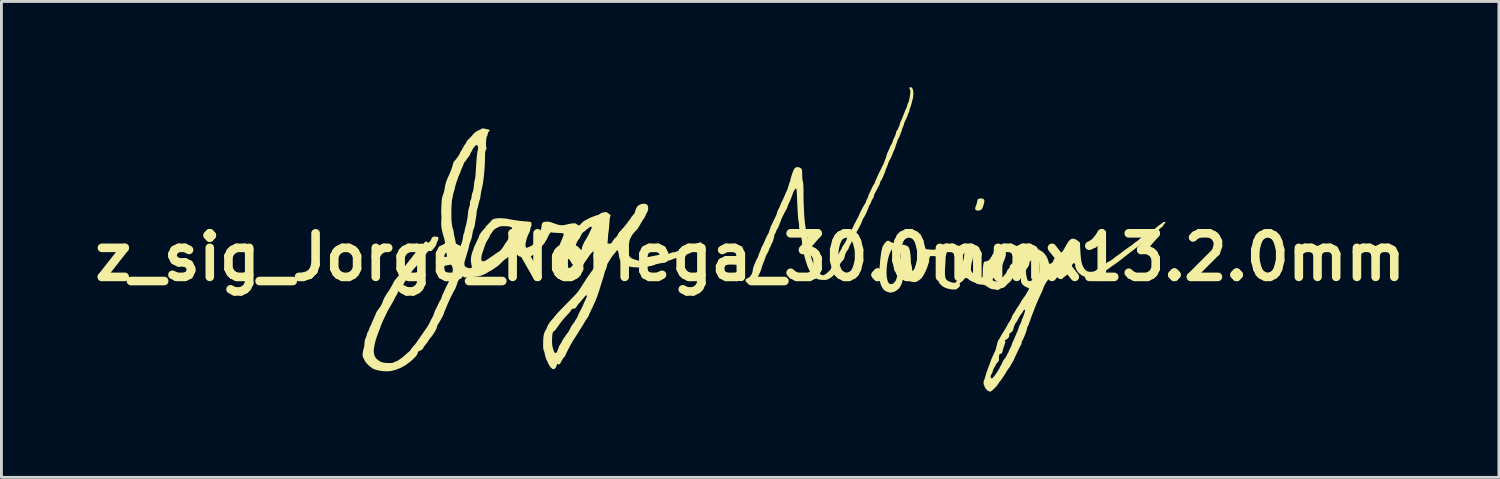
<source format=kicad_pcb>
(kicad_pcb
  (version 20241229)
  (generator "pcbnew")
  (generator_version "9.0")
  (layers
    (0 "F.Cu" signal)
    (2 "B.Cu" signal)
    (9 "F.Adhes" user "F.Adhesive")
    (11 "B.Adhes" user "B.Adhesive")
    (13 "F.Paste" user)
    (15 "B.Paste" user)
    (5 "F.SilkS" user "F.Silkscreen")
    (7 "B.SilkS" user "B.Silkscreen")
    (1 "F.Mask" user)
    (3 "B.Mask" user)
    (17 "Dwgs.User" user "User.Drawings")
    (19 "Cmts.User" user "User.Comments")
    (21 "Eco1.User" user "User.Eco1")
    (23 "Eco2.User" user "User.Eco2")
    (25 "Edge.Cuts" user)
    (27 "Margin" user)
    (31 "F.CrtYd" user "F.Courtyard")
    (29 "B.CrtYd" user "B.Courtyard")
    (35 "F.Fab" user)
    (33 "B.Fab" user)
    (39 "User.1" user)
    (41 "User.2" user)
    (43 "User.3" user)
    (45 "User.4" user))
  (footprint "z_sig_Jorge_Noriega_30.0mmx13.2.0mm"
    (layer "F.Cu")
    (at 23.194 5.947)
    (property "Reference" "z_sig_Jorge_Noriega_30.0mmx13.2.0mm" (at 0 0 0) (layer "F.SilkS") (effects (font (size 1.524 1.524) (thickness 0.3))))
    (attr board_only exclude_from_pos_files exclude_from_bom)
    (fp_poly (pts (xy 8.13 -2.048) (xy 8.174 -2.022) (xy 8.194 -1.982) (xy 8.195 -1.968) (xy 8.191 -1.934) (xy 8.179 -1.882) (xy 8.162 -1.821) (xy 8.157 -1.804) (xy 8.134 -1.741) (xy 8.115 -1.699) (xy 8.094 -1.672) (xy 8.071 -1.656) (xy 8.021 -1.635) (xy 7.966 -1.628) (xy 7.917 -1.636) (xy 7.893 -1.651) (xy 7.876 -1.676) (xy 7.872 -1.709) (xy 7.882 -1.755) (xy 7.907 -1.82) (xy 7.927 -1.875) (xy 7.94 -1.927) (xy 7.944 -1.957) (xy 7.954 -2.009) (xy 7.987 -2.041) (xy 8.042 -2.055) (xy 8.064 -2.056)) (stroke (width 0) (type solid)) (fill yes) (layer "F.SilkS"))
    (fp_poly (pts (xy 5.648 -5.938) (xy 5.674 -5.909) (xy 5.694 -5.856) (xy 5.7 -5.832) (xy 5.712 -5.709) (xy 5.697 -5.579) (xy 5.686 -5.535) (xy 5.669 -5.47) (xy 5.652 -5.4) (xy 5.645 -5.37) (xy 5.63 -5.314) (xy 5.611 -5.263) (xy 5.602 -5.241) (xy 5.585 -5.196) (xy 5.577 -5.154) (xy 5.577 -5.152) (xy 5.569 -5.112) (xy 5.55 -5.067) (xy 5.547 -5.063) (xy 5.528 -5.026) (xy 5.518 -4.998) (xy 5.518 -4.994) (xy 5.512 -4.97) (xy 5.496 -4.926) (xy 5.472 -4.871) (xy 5.445 -4.811) (xy 5.418 -4.755) (xy 5.413 -4.747) (xy 5.395 -4.706) (xy 5.385 -4.674) (xy 5.385 -4.668) (xy 5.379 -4.641) (xy 5.364 -4.599) (xy 5.35 -4.566) (xy 5.328 -4.513) (xy 5.31 -4.461) (xy 5.304 -4.438) (xy 5.293 -4.399) (xy 5.282 -4.373) (xy 5.281 -4.371) (xy 5.271 -4.35) (xy 5.256 -4.31) (xy 5.246 -4.276) (xy 5.228 -4.225) (xy 5.207 -4.182) (xy 5.195 -4.165) (xy 5.174 -4.132) (xy 5.154 -4.085) (xy 5.149 -4.068) (xy 5.135 -4.021) (xy 5.122 -3.982) (xy 5.118 -3.972) (xy 5.107 -3.942) (xy 5.091 -3.895) (xy 5.081 -3.861) (xy 5.061 -3.805) (xy 5.04 -3.751) (xy 5.029 -3.728) (xy 5.007 -3.68) (xy 4.985 -3.624) (xy 4.98 -3.608) (xy 4.947 -3.525) (xy 4.905 -3.437) (xy 4.867 -3.373) (xy 4.848 -3.335) (xy 4.829 -3.286) (xy 4.824 -3.269) (xy 4.806 -3.216) (xy 4.782 -3.154) (xy 4.77 -3.126) (xy 4.75 -3.082) (xy 4.737 -3.047) (xy 4.734 -3.034) (xy 4.728 -3.011) (xy 4.715 -2.975) (xy 4.713 -2.97) (xy 4.696 -2.929) (xy 4.674 -2.874) (xy 4.66 -2.84) (xy 4.624 -2.757) (xy 4.595 -2.7) (xy 4.572 -2.667) (xy 4.561 -2.658) (xy 4.547 -2.636) (xy 4.542 -2.601) (xy 4.532 -2.557) (xy 4.51 -2.513) (xy 4.507 -2.509) (xy 4.478 -2.463) (xy 4.455 -2.413) (xy 4.454 -2.411) (xy 4.435 -2.365) (xy 4.408 -2.314) (xy 4.4 -2.3) (xy 4.367 -2.244) (xy 4.346 -2.201) (xy 4.334 -2.162) (xy 4.328 -2.128) (xy 4.311 -2.079) (xy 4.283 -2.036) (xy 4.282 -2.035) (xy 4.258 -2.002) (xy 4.246 -1.972) (xy 4.246 -1.97) (xy 4.237 -1.937) (xy 4.224 -1.915) (xy 4.206 -1.881) (xy 4.202 -1.86) (xy 4.19 -1.833) (xy 4.179 -1.825) (xy 4.159 -1.805) (xy 4.157 -1.794) (xy 4.151 -1.769) (xy 4.137 -1.727) (xy 4.118 -1.681) (xy 4.094 -1.623) (xy 4.07 -1.567) (xy 4.057 -1.534) (xy 4.035 -1.489) (xy 4.005 -1.435) (xy 3.984 -1.401) (xy 3.955 -1.353) (xy 3.933 -1.31) (xy 3.925 -1.287) (xy 3.911 -1.247) (xy 3.886 -1.188) (xy 3.853 -1.118) (xy 3.816 -1.045) (xy 3.778 -0.975) (xy 3.755 -0.935) (xy 3.727 -0.889) (xy 3.707 -0.853) (xy 3.698 -0.835) (xy 3.698 -0.834) (xy 3.692 -0.818) (xy 3.675 -0.781) (xy 3.649 -0.729) (xy 3.618 -0.666) (xy 3.584 -0.597) (xy 3.549 -0.529) (xy 3.517 -0.466) (xy 3.489 -0.414) (xy 3.486 -0.408) (xy 3.464 -0.363) (xy 3.45 -0.326) (xy 3.447 -0.311) (xy 3.436 -0.283) (xy 3.416 -0.257) (xy 3.387 -0.222) (xy 3.357 -0.17) (xy 3.331 -0.115) (xy 3.316 -0.066) (xy 3.314 -0.046) (xy 3.308 -0.014) (xy 3.294 0.028) (xy 3.275 0.07) (xy 3.256 0.103) (xy 3.241 0.118) (xy 3.24 0.118) (xy 3.224 0.13) (xy 3.199 0.16) (xy 3.17 0.2) (xy 3.141 0.243) (xy 3.119 0.282) (xy 3.107 0.308) (xy 3.107 0.312) (xy 3.097 0.338) (xy 3.074 0.371) (xy 3.07 0.376) (xy 3.045 0.411) (xy 3.033 0.443) (xy 3.033 0.446) (xy 3.026 0.475) (xy 3.005 0.514) (xy 2.968 0.567) (xy 2.912 0.637) (xy 2.91 0.64) (xy 2.842 0.705) (xy 2.755 0.756) (xy 2.707 0.778) (xy 2.67 0.791) (xy 2.634 0.797) (xy 2.588 0.798) (xy 2.523 0.794) (xy 2.519 0.794) (xy 2.444 0.788) (xy 2.39 0.779) (xy 2.346 0.763) (xy 2.304 0.738) (xy 2.255 0.699) (xy 2.243 0.689) (xy 2.156 0.598) (xy 2.078 0.479) (xy 2.011 0.332) (xy 1.968 0.205) (xy 1.95 0.147) (xy 1.934 0.096) (xy 1.923 0.061) (xy 1.922 0.059) (xy 1.911 0.021) (xy 1.897 -0.039) (xy 1.881 -0.115) (xy 1.864 -0.198) (xy 1.848 -0.284) (xy 1.834 -0.363) (xy 1.824 -0.43) (xy 1.819 -0.466) (xy 1.805 -0.593) (xy 1.79 -0.703) (xy 1.775 -0.792) (xy 1.761 -0.858) (xy 1.751 -0.888) (xy 1.734 -0.941) (xy 1.72 -1.001) (xy 1.711 -1.057) (xy 1.71 -1.099) (xy 1.711 -1.108) (xy 1.712 -1.135) (xy 1.707 -1.181) (xy 1.697 -1.237) (xy 1.695 -1.247) (xy 1.689 -1.281) (xy 1.683 -1.324) (xy 1.677 -1.378) (xy 1.672 -1.446) (xy 1.666 -1.529) (xy 1.66 -1.631) (xy 1.654 -1.754) (xy 1.647 -1.9) (xy 1.64 -2.071) (xy 1.635 -2.175) (xy 1.632 -2.246) (xy 1.627 -2.309) (xy 1.622 -2.356) (xy 1.618 -2.379) (xy 1.609 -2.402) (xy 1.596 -2.4) (xy 1.581 -2.387) (xy 1.556 -2.36) (xy 1.532 -2.319) (xy 1.506 -2.262) (xy 1.476 -2.182) (xy 1.464 -2.147) (xy 1.436 -2.073) (xy 1.401 -1.988) (xy 1.366 -1.91) (xy 1.361 -1.9) (xy 1.335 -1.842) (xy 1.315 -1.792) (xy 1.303 -1.758) (xy 1.302 -1.749) (xy 1.295 -1.718) (xy 1.289 -1.708) (xy 1.276 -1.689) (xy 1.254 -1.651) (xy 1.227 -1.602) (xy 1.223 -1.595) (xy 1.195 -1.543) (xy 1.172 -1.499) (xy 1.157 -1.471) (xy 1.156 -1.469) (xy 1.088 -1.322) (xy 1.058 -1.235) (xy 1.04 -1.183) (xy 1.022 -1.139) (xy 1.011 -1.117) (xy 0.995 -1.084) (xy 0.991 -1.065) (xy 0.982 -1.037) (xy 0.961 -1.008) (xy 0.938 -0.974) (xy 0.916 -0.926) (xy 0.909 -0.904) (xy 0.892 -0.858) (xy 0.874 -0.824) (xy 0.865 -0.814) (xy 0.85 -0.787) (xy 0.843 -0.747) (xy 0.843 -0.745) (xy 0.837 -0.696) (xy 0.822 -0.645) (xy 0.821 -0.641) (xy 0.806 -0.6) (xy 0.799 -0.566) (xy 0.799 -0.562) (xy 0.788 -0.531) (xy 0.776 -0.518) (xy 0.759 -0.492) (xy 0.742 -0.451) (xy 0.738 -0.435) (xy 0.723 -0.392) (xy 0.707 -0.36) (xy 0.701 -0.354) (xy 0.685 -0.329) (xy 0.668 -0.289) (xy 0.664 -0.276) (xy 0.648 -0.229) (xy 0.621 -0.173) (xy 0.598 -0.129) (xy 0.57 -0.078) (xy 0.548 -0.032) (xy 0.538 -0.003) (xy 0.528 0.028) (xy 0.51 0.078) (xy 0.487 0.138) (xy 0.472 0.174) (xy 0.447 0.238) (xy 0.425 0.297) (xy 0.41 0.342) (xy 0.406 0.358) (xy 0.387 0.423) (xy 0.357 0.502) (xy 0.32 0.585) (xy 0.281 0.662) (xy 0.244 0.723) (xy 0.235 0.736) (xy 0.203 0.78) (xy 0.179 0.818) (xy 0.167 0.839) (xy 0.15 0.875) (xy 0.123 0.912) (xy 0.095 0.944) (xy 0.072 0.961) (xy 0.068 0.962) (xy 0.045 0.951) (xy 0.022 0.932) (xy -0.02 0.907) (xy -0.059 0.902) (xy -0.114 0.891) (xy -0.15 0.86) (xy -0.163 0.811) (xy -0.163 0.809) (xy -0.15 0.77) (xy -0.114 0.746) (xy -0.071 0.74) (xy -0.028 0.729) (xy -0.004 0.699) (xy 0 0.679) (xy 0.011 0.65) (xy 0.023 0.635) (xy 0.054 0.593) (xy 0.079 0.525) (xy 0.094 0.439) (xy 0.106 0.377) (xy 0.128 0.307) (xy 0.146 0.261) (xy 0.17 0.209) (xy 0.19 0.161) (xy 0.2 0.133) (xy 0.216 0.097) (xy 0.24 0.053) (xy 0.246 0.045) (xy 0.268 0.007) (xy 0.28 -0.025) (xy 0.281 -0.031) (xy 0.287 -0.056) (xy 0.302 -0.099) (xy 0.323 -0.15) (xy 0.323 -0.15) (xy 0.346 -0.203) (xy 0.365 -0.251) (xy 0.375 -0.282) (xy 0.386 -0.313) (xy 0.408 -0.36) (xy 0.436 -0.415) (xy 0.443 -0.428) (xy 0.474 -0.486) (xy 0.499 -0.542) (xy 0.516 -0.584) (xy 0.518 -0.59) (xy 0.534 -0.634) (xy 0.553 -0.67) (xy 0.555 -0.672) (xy 0.572 -0.705) (xy 0.577 -0.725) (xy 0.587 -0.753) (xy 0.606 -0.776) (xy 0.626 -0.804) (xy 0.646 -0.85) (xy 0.659 -0.885) (xy 0.674 -0.936) (xy 0.689 -0.977) (xy 0.697 -0.995) (xy 0.708 -1.029) (xy 0.71 -1.044) (xy 0.718 -1.072) (xy 0.738 -1.107) (xy 0.761 -1.148) (xy 0.776 -1.183) (xy 0.788 -1.212) (xy 0.81 -1.259) (xy 0.839 -1.317) (xy 0.858 -1.354) (xy 0.889 -1.418) (xy 0.916 -1.479) (xy 0.933 -1.53) (xy 0.938 -1.549) (xy 0.952 -1.599) (xy 0.976 -1.655) (xy 0.991 -1.682) (xy 1.016 -1.724) (xy 1.032 -1.758) (xy 1.036 -1.772) (xy 1.042 -1.792) (xy 1.059 -1.834) (xy 1.084 -1.891) (xy 1.115 -1.958) (xy 1.126 -1.98) (xy 1.161 -2.053) (xy 1.193 -2.122) (xy 1.219 -2.18) (xy 1.235 -2.22) (xy 1.237 -2.225) (xy 1.253 -2.266) (xy 1.268 -2.295) (xy 1.271 -2.299) (xy 1.283 -2.323) (xy 1.301 -2.368) (xy 1.321 -2.428) (xy 1.342 -2.495) (xy 1.361 -2.561) (xy 1.361 -2.563) (xy 1.375 -2.606) (xy 1.387 -2.635) (xy 1.393 -2.642) (xy 1.402 -2.661) (xy 1.405 -2.69) (xy 1.41 -2.72) (xy 1.423 -2.77) (xy 1.442 -2.834) (xy 1.465 -2.905) (xy 1.466 -2.908) (xy 1.499 -3) (xy 1.53 -3.066) (xy 1.56 -3.111) (xy 1.593 -3.138) (xy 1.63 -3.149) (xy 1.654 -3.151) (xy 1.711 -3.142) (xy 1.764 -3.118) (xy 1.8 -3.085) (xy 1.804 -3.078) (xy 1.811 -3.052) (xy 1.816 -3.004) (xy 1.819 -2.941) (xy 1.82 -2.882) (xy 1.823 -2.772) (xy 1.832 -2.69) (xy 1.843 -2.65) (xy 1.853 -2.6) (xy 1.861 -2.521) (xy 1.865 -2.414) (xy 1.867 -2.28) (xy 1.865 -2.16) (xy 1.866 -2.135) (xy 1.867 -2.085) (xy 1.869 -2.015) (xy 1.871 -1.929) (xy 1.874 -1.832) (xy 1.877 -1.76) (xy 1.888 -1.514) (xy 1.905 -1.294) (xy 1.928 -1.096) (xy 1.957 -0.917) (xy 1.993 -0.754) (xy 1.997 -0.74) (xy 2.004 -0.705) (xy 2.013 -0.649) (xy 2.023 -0.579) (xy 2.033 -0.501) (xy 2.033 -0.496) (xy 2.045 -0.411) (xy 2.059 -0.324) (xy 2.073 -0.247) (xy 2.086 -0.193) (xy 2.1 -0.137) (xy 2.111 -0.09) (xy 2.115 -0.061) (xy 2.115 -0.059) (xy 2.12 -0.037) (xy 2.134 0.007) (xy 2.154 0.069) (xy 2.179 0.142) (xy 2.196 0.192) (xy 2.228 0.279) (xy 2.253 0.343) (xy 2.275 0.392) (xy 2.296 0.429) (xy 2.32 0.462) (xy 2.35 0.496) (xy 2.355 0.501) (xy 2.422 0.569) (xy 2.478 0.612) (xy 2.529 0.631) (xy 2.579 0.626) (xy 2.633 0.598) (xy 2.697 0.547) (xy 2.724 0.521) (xy 2.768 0.478) (xy 2.802 0.442) (xy 2.822 0.418) (xy 2.826 0.412) (xy 2.831 0.391) (xy 2.846 0.354) (xy 2.854 0.336) (xy 2.884 0.267) (xy 2.906 0.219) (xy 2.923 0.185) (xy 2.938 0.157) (xy 2.955 0.129) (xy 2.977 0.094) (xy 3.005 0.052) (xy 3.035 0.001) (xy 3.066 -0.058) (xy 3.076 -0.079) (xy 3.103 -0.132) (xy 3.137 -0.193) (xy 3.159 -0.23) (xy 3.186 -0.274) (xy 3.204 -0.312) (xy 3.21 -0.331) (xy 3.219 -0.354) (xy 3.241 -0.391) (xy 3.264 -0.423) (xy 3.298 -0.473) (xy 3.332 -0.53) (xy 3.36 -0.586) (xy 3.38 -0.633) (xy 3.388 -0.663) (xy 3.395 -0.684) (xy 3.416 -0.721) (xy 3.439 -0.759) (xy 3.467 -0.803) (xy 3.486 -0.84) (xy 3.491 -0.859) (xy 3.499 -0.881) (xy 3.52 -0.92) (xy 3.549 -0.969) (xy 3.558 -0.983) (xy 3.589 -1.033) (xy 3.612 -1.076) (xy 3.624 -1.104) (xy 3.624 -1.108) (xy 3.632 -1.136) (xy 3.652 -1.172) (xy 3.654 -1.176) (xy 3.68 -1.218) (xy 3.706 -1.27) (xy 3.713 -1.284) (xy 3.738 -1.332) (xy 3.764 -1.376) (xy 3.772 -1.386) (xy 3.793 -1.42) (xy 3.802 -1.449) (xy 3.802 -1.449) (xy 3.809 -1.472) (xy 3.827 -1.516) (xy 3.854 -1.572) (xy 3.886 -1.637) (xy 3.921 -1.704) (xy 3.955 -1.767) (xy 3.986 -1.82) (xy 4.01 -1.858) (xy 4.017 -1.867) (xy 4.042 -1.909) (xy 4.059 -1.959) (xy 4.06 -1.962) (xy 4.075 -2.01) (xy 4.097 -2.051) (xy 4.099 -2.054) (xy 4.119 -2.088) (xy 4.127 -2.117) (xy 4.134 -2.146) (xy 4.15 -2.188) (xy 4.163 -2.215) (xy 4.187 -2.264) (xy 4.217 -2.328) (xy 4.246 -2.392) (xy 4.248 -2.397) (xy 4.276 -2.455) (xy 4.304 -2.508) (xy 4.327 -2.545) (xy 4.33 -2.549) (xy 4.353 -2.583) (xy 4.364 -2.611) (xy 4.364 -2.614) (xy 4.371 -2.641) (xy 4.387 -2.68) (xy 4.392 -2.69) (xy 4.413 -2.734) (xy 4.438 -2.791) (xy 4.455 -2.833) (xy 4.481 -2.893) (xy 4.514 -2.963) (xy 4.545 -3.021) (xy 4.572 -3.071) (xy 4.591 -3.111) (xy 4.6 -3.135) (xy 4.601 -3.137) (xy 4.609 -3.16) (xy 4.628 -3.192) (xy 4.631 -3.196) (xy 4.652 -3.233) (xy 4.675 -3.286) (xy 4.692 -3.332) (xy 4.711 -3.387) (xy 4.73 -3.437) (xy 4.743 -3.465) (xy 4.758 -3.505) (xy 4.763 -3.537) (xy 4.77 -3.564) (xy 4.786 -3.61) (xy 4.81 -3.666) (xy 4.821 -3.689) (xy 4.848 -3.748) (xy 4.871 -3.8) (xy 4.886 -3.838) (xy 4.889 -3.846) (xy 4.903 -3.882) (xy 4.914 -3.901) (xy 4.935 -3.932) (xy 4.957 -3.974) (xy 4.975 -4.016) (xy 4.985 -4.046) (xy 4.985 -4.05) (xy 4.992 -4.072) (xy 5.008 -4.113) (xy 5.032 -4.165) (xy 5.044 -4.19) (xy 5.071 -4.25) (xy 5.092 -4.305) (xy 5.103 -4.347) (xy 5.104 -4.357) (xy 5.114 -4.404) (xy 5.133 -4.431) (xy 5.155 -4.455) (xy 5.163 -4.471) (xy 5.169 -4.492) (xy 5.185 -4.528) (xy 5.2 -4.559) (xy 5.221 -4.606) (xy 5.234 -4.645) (xy 5.237 -4.662) (xy 5.244 -4.693) (xy 5.26 -4.735) (xy 5.266 -4.746) (xy 5.284 -4.784) (xy 5.31 -4.844) (xy 5.342 -4.922) (xy 5.378 -5.011) (xy 5.415 -5.106) (xy 5.435 -5.157) (xy 5.452 -5.196) (xy 5.468 -5.224) (xy 5.468 -5.224) (xy 5.48 -5.25) (xy 5.491 -5.293) (xy 5.494 -5.31) (xy 5.506 -5.357) (xy 5.523 -5.395) (xy 5.529 -5.404) (xy 5.544 -5.433) (xy 5.559 -5.485) (xy 5.574 -5.556) (xy 5.588 -5.638) (xy 5.599 -5.726) (xy 5.602 -5.757) (xy 5.604 -5.817) (xy 5.595 -5.858) (xy 5.584 -5.878) (xy 5.568 -5.916) (xy 5.578 -5.939) (xy 5.613 -5.947) (xy 5.613 -5.947)) (stroke (width 0) (type solid)) (fill yes) (layer "F.SilkS"))
    (fp_poly (pts (xy 14.51 -1.23) (xy 14.523 -1.213) (xy 14.512 -1.187) (xy 14.493 -1.169) (xy 14.463 -1.136) (xy 14.447 -1.102) (xy 14.435 -1.075) (xy 14.423 -1.065) (xy 14.406 -1.056) (xy 14.373 -1.03) (xy 14.331 -0.993) (xy 14.308 -0.971) (xy 14.258 -0.926) (xy 14.211 -0.886) (xy 14.174 -0.857) (xy 14.164 -0.85) (xy 14.135 -0.828) (xy 14.092 -0.79) (xy 14.042 -0.744) (xy 14.011 -0.713) (xy 13.932 -0.641) (xy 13.852 -0.576) (xy 13.776 -0.525) (xy 13.712 -0.491) (xy 13.705 -0.488) (xy 13.671 -0.466) (xy 13.655 -0.446) (xy 13.636 -0.424) (xy 13.599 -0.393) (xy 13.555 -0.362) (xy 13.501 -0.325) (xy 13.449 -0.285) (xy 13.417 -0.258) (xy 13.372 -0.22) (xy 13.323 -0.183) (xy 13.312 -0.176) (xy 13.282 -0.154) (xy 13.235 -0.119) (xy 13.175 -0.072) (xy 13.107 -0.02) (xy 13.064 0.015) (xy 12.989 0.074) (xy 12.911 0.134) (xy 12.838 0.188) (xy 12.777 0.232) (xy 12.756 0.247) (xy 12.698 0.286) (xy 12.645 0.323) (xy 12.604 0.354) (xy 12.594 0.362) (xy 12.5 0.432) (xy 12.396 0.5) (xy 12.294 0.558) (xy 12.235 0.586) (xy 12.168 0.616) (xy 12.097 0.65) (xy 12.039 0.68) (xy 12.037 0.681) (xy 11.99 0.705) (xy 11.954 0.718) (xy 11.916 0.722) (xy 11.865 0.72) (xy 11.845 0.718) (xy 11.719 0.692) (xy 11.603 0.638) (xy 11.518 0.575) (xy 11.471 0.524) (xy 11.428 0.461) (xy 11.395 0.394) (xy 11.374 0.332) (xy 11.371 0.282) (xy 11.371 0.279) (xy 11.368 0.243) (xy 11.347 0.217) (xy 11.318 0.21) (xy 11.311 0.212) (xy 11.292 0.23) (xy 11.266 0.27) (xy 11.239 0.323) (xy 11.213 0.382) (xy 11.198 0.422) (xy 11.177 0.473) (xy 11.15 0.52) (xy 11.147 0.525) (xy 11.122 0.562) (xy 11.106 0.593) (xy 11.105 0.595) (xy 11.088 0.617) (xy 11.054 0.645) (xy 11.021 0.667) (xy 10.978 0.697) (xy 10.944 0.725) (xy 10.931 0.741) (xy 10.904 0.765) (xy 10.862 0.771) (xy 10.815 0.758) (xy 10.77 0.727) (xy 10.766 0.724) (xy 10.742 0.698) (xy 10.729 0.675) (xy 10.727 0.645) (xy 10.731 0.598) (xy 10.733 0.587) (xy 10.742 0.507) (xy 10.746 0.452) (xy 10.744 0.417) (xy 10.736 0.397) (xy 10.722 0.389) (xy 10.716 0.388) (xy 10.684 0.396) (xy 10.646 0.429) (xy 10.638 0.439) (xy 10.611 0.474) (xy 10.595 0.5) (xy 10.592 0.507) (xy 10.584 0.526) (xy 10.563 0.557) (xy 10.556 0.567) (xy 10.529 0.609) (xy 10.511 0.651) (xy 10.51 0.656) (xy 10.494 0.691) (xy 10.466 0.735) (xy 10.438 0.77) (xy 10.353 0.884) (xy 10.288 1.005) (xy 10.267 1.058) (xy 10.245 1.115) (xy 10.226 1.163) (xy 10.206 1.211) (xy 10.181 1.266) (xy 10.148 1.336) (xy 10.129 1.376) (xy 10.084 1.474) (xy 10.038 1.58) (xy 9.995 1.683) (xy 9.957 1.777) (xy 9.931 1.849) (xy 9.912 1.901) (xy 9.893 1.948) (xy 9.888 1.96) (xy 9.871 2) (xy 9.851 2.053) (xy 9.839 2.086) (xy 9.802 2.192) (xy 9.769 2.283) (xy 9.741 2.355) (xy 9.72 2.405) (xy 9.706 2.43) (xy 9.705 2.432) (xy 9.692 2.458) (xy 9.69 2.477) (xy 9.684 2.51) (xy 9.67 2.561) (xy 9.648 2.625) (xy 9.622 2.695) (xy 9.594 2.767) (xy 9.566 2.833) (xy 9.541 2.888) (xy 9.521 2.925) (xy 9.51 2.938) (xy 9.501 2.956) (xy 9.497 2.992) (xy 9.497 2.996) (xy 9.494 3.032) (xy 9.485 3.053) (xy 9.484 3.054) (xy 9.471 3.071) (xy 9.451 3.107) (xy 9.425 3.157) (xy 9.416 3.177) (xy 9.382 3.248) (xy 9.345 3.325) (xy 9.313 3.393) (xy 9.312 3.395) (xy 9.283 3.457) (xy 9.254 3.521) (xy 9.232 3.57) (xy 9.206 3.624) (xy 9.172 3.685) (xy 9.151 3.718) (xy 9.123 3.764) (xy 9.101 3.805) (xy 9.092 3.826) (xy 9.075 3.856) (xy 9.06 3.867) (xy 9.041 3.885) (xy 9.039 3.895) (xy 9.029 3.92) (xy 9.009 3.942) (xy 8.987 3.967) (xy 8.979 3.982) (xy 8.972 4) (xy 8.95 4.036) (xy 8.919 4.086) (xy 8.882 4.143) (xy 8.843 4.202) (xy 8.805 4.257) (xy 8.772 4.304) (xy 8.747 4.337) (xy 8.737 4.348) (xy 8.716 4.372) (xy 8.692 4.41) (xy 8.686 4.422) (xy 8.66 4.462) (xy 8.62 4.511) (xy 8.573 4.563) (xy 8.522 4.613) (xy 8.474 4.657) (xy 8.432 4.689) (xy 8.403 4.704) (xy 8.399 4.704) (xy 8.364 4.697) (xy 8.323 4.678) (xy 8.319 4.676) (xy 8.28 4.644) (xy 8.242 4.602) (xy 8.212 4.556) (xy 8.196 4.518) (xy 8.195 4.509) (xy 8.188 4.483) (xy 8.181 4.475) (xy 8.172 4.455) (xy 8.167 4.418) (xy 8.166 4.374) (xy 8.17 4.335) (xy 8.179 4.311) (xy 8.187 4.298) (xy 8.197 4.272) (xy 8.211 4.229) (xy 8.219 4.203) (xy 8.413 4.203) (xy 8.418 4.218) (xy 8.437 4.24) (xy 8.46 4.241) (xy 8.49 4.219) (xy 8.531 4.172) (xy 8.54 4.161) (xy 8.583 4.102) (xy 8.626 4.04) (xy 8.666 3.98) (xy 8.699 3.928) (xy 8.72 3.889) (xy 8.728 3.869) (xy 8.736 3.848) (xy 8.755 3.814) (xy 8.763 3.802) (xy 8.79 3.754) (xy 8.816 3.698) (xy 8.822 3.684) (xy 8.847 3.633) (xy 8.883 3.578) (xy 8.905 3.551) (xy 8.94 3.505) (xy 8.968 3.456) (xy 8.978 3.431) (xy 8.994 3.39) (xy 9.013 3.361) (xy 9.017 3.358) (xy 9.035 3.332) (xy 9.039 3.318) (xy 9.045 3.293) (xy 9.062 3.253) (xy 9.075 3.227) (xy 9.11 3.157) (xy 9.139 3.093) (xy 9.16 3.039) (xy 9.171 3.003) (xy 9.172 2.997) (xy 9.179 2.973) (xy 9.184 2.968) (xy 9.195 2.951) (xy 9.212 2.914) (xy 9.233 2.864) (xy 9.238 2.852) (xy 9.268 2.78) (xy 9.302 2.701) (xy 9.329 2.641) (xy 9.357 2.578) (xy 9.381 2.514) (xy 9.396 2.463) (xy 9.412 2.414) (xy 9.431 2.372) (xy 9.44 2.359) (xy 9.458 2.329) (xy 9.477 2.281) (xy 9.489 2.243) (xy 9.503 2.193) (xy 9.518 2.155) (xy 9.526 2.138) (xy 9.539 2.114) (xy 9.556 2.07) (xy 9.575 2.015) (xy 9.594 1.957) (xy 9.608 1.906) (xy 9.615 1.87) (xy 9.616 1.863) (xy 9.611 1.84) (xy 9.606 1.834) (xy 9.584 1.845) (xy 9.559 1.87) (xy 9.543 1.896) (xy 9.542 1.903) (xy 9.532 1.925) (xy 9.509 1.958) (xy 9.492 1.979) (xy 9.461 2.018) (xy 9.425 2.074) (xy 9.389 2.136) (xy 9.379 2.156) (xy 9.35 2.211) (xy 9.325 2.255) (xy 9.308 2.282) (xy 9.303 2.287) (xy 9.286 2.307) (xy 9.264 2.346) (xy 9.243 2.394) (xy 9.225 2.44) (xy 9.217 2.476) (xy 9.216 2.481) (xy 9.207 2.523) (xy 9.185 2.57) (xy 9.155 2.612) (xy 9.124 2.637) (xy 9.116 2.64) (xy 9.083 2.662) (xy 9.064 2.701) (xy 9.063 2.746) (xy 9.063 2.748) (xy 9.058 2.778) (xy 9.036 2.815) (xy 9.005 2.851) (xy 8.972 2.877) (xy 8.949 2.885) (xy 8.919 2.894) (xy 8.911 2.917) (xy 8.92 2.936) (xy 8.927 2.953) (xy 8.924 2.982) (xy 8.911 3.028) (xy 8.893 3.08) (xy 8.871 3.144) (xy 8.852 3.205) (xy 8.84 3.253) (xy 8.838 3.262) (xy 8.823 3.319) (xy 8.803 3.36) (xy 8.779 3.379) (xy 8.766 3.379) (xy 8.74 3.382) (xy 8.719 3.408) (xy 8.705 3.451) (xy 8.702 3.506) (xy 8.703 3.524) (xy 8.706 3.577) (xy 8.699 3.617) (xy 8.682 3.649) (xy 8.659 3.681) (xy 8.64 3.697) (xy 8.637 3.698) (xy 8.624 3.711) (xy 8.605 3.743) (xy 8.587 3.778) (xy 8.566 3.823) (xy 8.547 3.856) (xy 8.537 3.868) (xy 8.525 3.886) (xy 8.509 3.924) (xy 8.497 3.962) (xy 8.481 4.011) (xy 8.464 4.051) (xy 8.455 4.068) (xy 8.43 4.111) (xy 8.415 4.159) (xy 8.413 4.203) (xy 8.219 4.203) (xy 8.231 4.166) (xy 8.256 4.078) (xy 8.261 4.061) (xy 8.278 4.008) (xy 8.302 3.939) (xy 8.33 3.864) (xy 8.346 3.824) (xy 8.371 3.758) (xy 8.394 3.697) (xy 8.41 3.65) (xy 8.416 3.63) (xy 8.429 3.594) (xy 8.453 3.537) (xy 8.485 3.465) (xy 8.522 3.385) (xy 8.561 3.306) (xy 8.578 3.266) (xy 8.595 3.212) (xy 8.603 3.181) (xy 8.623 3.096) (xy 8.639 3.036) (xy 8.65 2.993) (xy 8.659 2.962) (xy 8.668 2.939) (xy 8.676 2.92) (xy 8.697 2.883) (xy 8.718 2.857) (xy 8.719 2.857) (xy 8.739 2.829) (xy 8.749 2.803) (xy 8.761 2.776) (xy 8.786 2.731) (xy 8.819 2.676) (xy 8.846 2.635) (xy 8.889 2.568) (xy 8.932 2.497) (xy 8.968 2.435) (xy 8.981 2.409) (xy 9.01 2.354) (xy 9.039 2.303) (xy 9.061 2.271) (xy 9.09 2.226) (xy 9.119 2.175) (xy 9.142 2.128) (xy 9.156 2.091) (xy 9.157 2.082) (xy 9.165 2.061) (xy 9.186 2.023) (xy 9.215 1.975) (xy 9.224 1.963) (xy 9.255 1.915) (xy 9.278 1.878) (xy 9.29 1.857) (xy 9.29 1.855) (xy 9.298 1.84) (xy 9.319 1.807) (xy 9.35 1.761) (xy 9.368 1.733) (xy 9.407 1.675) (xy 9.442 1.618) (xy 9.468 1.573) (xy 9.474 1.561) (xy 9.499 1.516) (xy 9.534 1.463) (xy 9.56 1.43) (xy 9.602 1.374) (xy 9.643 1.31) (xy 9.662 1.276) (xy 9.688 1.228) (xy 9.711 1.189) (xy 9.724 1.17) (xy 9.751 1.131) (xy 9.754 1.101) (xy 9.731 1.076) (xy 9.68 1.054) (xy 9.667 1.05) (xy 9.605 1.02) (xy 9.545 0.972) (xy 9.498 0.916) (xy 9.49 0.902) (xy 9.481 0.869) (xy 9.475 0.812) (xy 9.473 0.728) (xy 9.473 0.677) (xy 9.473 0.586) (xy 9.47 0.521) (xy 9.462 0.479) (xy 9.461 0.476) (xy 9.647 0.476) (xy 9.648 0.519) (xy 9.649 0.53) (xy 9.658 0.612) (xy 9.671 0.689) (xy 9.688 0.754) (xy 9.705 0.801) (xy 9.715 0.817) (xy 9.753 0.84) (xy 9.802 0.836) (xy 9.864 0.806) (xy 9.875 0.798) (xy 9.952 0.741) (xy 10.02 0.684) (xy 10.074 0.631) (xy 10.107 0.588) (xy 10.107 0.587) (xy 10.12 0.548) (xy 10.128 0.489) (xy 10.133 0.417) (xy 10.134 0.34) (xy 10.13 0.268) (xy 10.122 0.207) (xy 10.118 0.191) (xy 10.1 0.149) (xy 10.068 0.103) (xy 10.031 0.06) (xy 9.994 0.029) (xy 9.964 0.015) (xy 9.962 0.015) (xy 9.938 0.024) (xy 9.901 0.05) (xy 9.857 0.086) (xy 9.849 0.093) (xy 9.805 0.135) (xy 9.779 0.166) (xy 9.767 0.193) (xy 9.764 0.224) (xy 9.764 0.229) (xy 9.758 0.27) (xy 9.739 0.313) (xy 9.703 0.366) (xy 9.671 0.411) (xy 9.653 0.443) (xy 9.647 0.476) (xy 9.461 0.476) (xy 9.449 0.455) (xy 9.429 0.446) (xy 9.402 0.45) (xy 9.373 0.466) (xy 9.344 0.504) (xy 9.321 0.545) (xy 9.293 0.594) (xy 9.263 0.634) (xy 9.243 0.654) (xy 9.211 0.684) (xy 9.187 0.719) (xy 9.144 0.794) (xy 9.098 0.856) (xy 9.055 0.899) (xy 9.037 0.91) (xy 8.998 0.94) (xy 8.966 0.979) (xy 8.928 1.023) (xy 8.879 1.059) (xy 8.83 1.078) (xy 8.814 1.08) (xy 8.782 1.088) (xy 8.741 1.109) (xy 8.726 1.118) (xy 8.689 1.141) (xy 8.659 1.148) (xy 8.622 1.142) (xy 8.615 1.14) (xy 8.56 1.129) (xy 8.504 1.124) (xy 8.501 1.124) (xy 8.442 1.113) (xy 8.367 1.079) (xy 8.275 1.021) (xy 8.245 1) (xy 8.21 0.98) (xy 8.165 0.968) (xy 8.102 0.96) (xy 8.079 0.958) (xy 7.996 0.948) (xy 7.939 0.933) (xy 7.919 0.922) (xy 7.881 0.901) (xy 7.829 0.878) (xy 7.796 0.866) (xy 7.735 0.838) (xy 7.674 0.8) (xy 7.652 0.782) (xy 7.599 0.741) (xy 7.556 0.726) (xy 7.518 0.737) (xy 7.48 0.774) (xy 7.468 0.791) (xy 7.434 0.832) (xy 7.397 0.864) (xy 7.38 0.874) (xy 7.341 0.902) (xy 7.327 0.94) (xy 7.337 0.975) (xy 7.343 0.995) (xy 7.335 1.016) (xy 7.308 1.045) (xy 7.292 1.061) (xy 7.25 1.097) (xy 7.214 1.12) (xy 7.176 1.131) (xy 7.126 1.133) (xy 7.057 1.128) (xy 7.04 1.126) (xy 6.924 1.105) (xy 6.818 1.068) (xy 6.727 1.016) (xy 6.655 0.954) (xy 6.604 0.883) (xy 6.585 0.827) (xy 6.574 0.778) (xy 6.559 0.715) (xy 6.545 0.655) (xy 6.535 0.593) (xy 6.527 0.515) (xy 6.523 0.432) (xy 6.523 0.349) (xy 6.526 0.276) (xy 6.533 0.22) (xy 6.539 0.198) (xy 6.55 0.151) (xy 6.553 0.094) (xy 6.548 0.039) (xy 6.537 -0.002) (xy 6.533 -0.008) (xy 6.516 -0.023) (xy 6.489 -0.032) (xy 6.443 -0.036) (xy 6.405 -0.037) (xy 6.298 -0.038) (xy 6.276 0.013) (xy 6.264 0.061) (xy 6.261 0.107) (xy 6.262 0.11) (xy 6.26 0.156) (xy 6.249 0.194) (xy 6.234 0.232) (xy 6.218 0.282) (xy 6.212 0.305) (xy 6.198 0.347) (xy 6.174 0.408) (xy 6.144 0.477) (xy 6.114 0.54) (xy 6.067 0.629) (xy 6.024 0.696) (xy 5.979 0.749) (xy 5.925 0.795) (xy 5.86 0.837) (xy 5.82 0.859) (xy 5.787 0.869) (xy 5.746 0.871) (xy 5.7 0.867) (xy 5.6 0.844) (xy 5.518 0.799) (xy 5.461 0.739) (xy 5.425 0.703) (xy 5.392 0.695) (xy 5.364 0.715) (xy 5.343 0.762) (xy 5.33 0.824) (xy 5.316 0.884) (xy 5.291 0.951) (xy 5.258 1.017) (xy 5.223 1.073) (xy 5.19 1.111) (xy 5.182 1.117) (xy 5.139 1.147) (xy 5.104 1.176) (xy 5.068 1.197) (xy 5.017 1.218) (xy 4.982 1.228) (xy 4.929 1.238) (xy 4.89 1.239) (xy 4.85 1.229) (xy 4.827 1.222) (xy 4.764 1.198) (xy 4.721 1.177) (xy 4.689 1.153) (xy 4.66 1.121) (xy 4.641 1.097) (xy 4.592 1.013) (xy 4.554 0.908) (xy 4.528 0.789) (xy 4.516 0.662) (xy 4.516 0.588) (xy 4.524 0.419) (xy 4.536 0.255) (xy 4.55 0.101) (xy 4.566 -0.038) (xy 4.583 -0.156) (xy 4.593 -0.209) (xy 4.609 -0.286) (xy 4.624 -0.341) (xy 4.64 -0.383) (xy 4.66 -0.42) (xy 4.687 -0.459) (xy 4.696 -0.47) (xy 4.744 -0.53) (xy 4.785 -0.565) (xy 4.821 -0.577) (xy 4.858 -0.568) (xy 4.902 -0.54) (xy 4.903 -0.54) (xy 4.951 -0.513) (xy 4.998 -0.503) (xy 4.998 -0.503) (xy 5.036 -0.497) (xy 5.054 -0.481) (xy 5.055 -0.445) (xy 5.039 -0.394) (xy 5.01 -0.339) (xy 4.971 -0.286) (xy 4.924 -0.217) (xy 4.882 -0.127) (xy 4.846 -0.021) (xy 4.816 0.097) (xy 4.794 0.222) (xy 4.779 0.35) (xy 4.771 0.477) (xy 4.772 0.596) (xy 4.781 0.705) (xy 4.8 0.799) (xy 4.827 0.873) (xy 4.855 0.913) (xy 4.898 0.94) (xy 4.948 0.943) (xy 5 0.923) (xy 5.049 0.883) (xy 5.089 0.825) (xy 5.098 0.806) (xy 5.125 0.729) (xy 5.146 0.645) (xy 5.16 0.565) (xy 5.162 0.525) (xy 5.168 0.476) (xy 5.181 0.417) (xy 5.192 0.381) (xy 5.209 0.328) (xy 5.219 0.281) (xy 5.222 0.257) (xy 5.226 0.225) (xy 5.236 0.173) (xy 5.251 0.114) (xy 5.254 0.102) (xy 5.269 0.043) (xy 5.277 0.001) (xy 5.277 -0.034) (xy 5.27 -0.072) (xy 5.263 -0.099) (xy 5.245 -0.159) (xy 5.226 -0.219) (xy 5.216 -0.247) (xy 5.202 -0.309) (xy 5.213 -0.357) (xy 5.25 -0.396) (xy 5.282 -0.414) (xy 5.318 -0.432) (xy 5.346 -0.438) (xy 5.378 -0.433) (xy 5.419 -0.42) (xy 5.475 -0.4) (xy 5.512 -0.38) (xy 5.537 -0.354) (xy 5.561 -0.314) (xy 5.563 -0.31) (xy 5.577 -0.268) (xy 5.591 -0.203) (xy 5.603 -0.123) (xy 5.613 -0.034) (xy 5.619 0.057) (xy 5.621 0.134) (xy 5.624 0.189) (xy 5.632 0.239) (xy 5.639 0.262) (xy 5.649 0.297) (xy 5.658 0.351) (xy 5.666 0.411) (xy 5.666 0.411) (xy 5.676 0.484) (xy 5.69 0.53) (xy 5.711 0.551) (xy 5.741 0.551) (xy 5.763 0.543) (xy 5.81 0.52) (xy 5.851 0.501) (xy 5.886 0.47) (xy 5.919 0.415) (xy 5.947 0.341) (xy 5.97 0.253) (xy 5.985 0.157) (xy 5.99 0.061) (xy 5.989 0.004) (xy 5.98 -0.038) (xy 5.96 -0.078) (xy 5.946 -0.099) (xy 5.919 -0.145) (xy 5.909 -0.18) (xy 5.911 -0.215) (xy 5.923 -0.258) (xy 5.94 -0.291) (xy 5.94 -0.291) (xy 5.956 -0.308) (xy 5.978 -0.309) (xy 6.009 -0.299) (xy 6.054 -0.288) (xy 6.112 -0.282) (xy 6.14 -0.28) (xy 6.202 -0.277) (xy 6.264 -0.27) (xy 6.287 -0.266) (xy 6.338 -0.261) (xy 6.405 -0.262) (xy 6.481 -0.267) (xy 6.555 -0.276) (xy 6.62 -0.287) (xy 6.667 -0.301) (xy 6.674 -0.305) (xy 6.714 -0.318) (xy 6.765 -0.325) (xy 6.781 -0.325) (xy 6.824 -0.323) (xy 6.85 -0.313) (xy 6.868 -0.288) (xy 6.872 -0.279) (xy 6.884 -0.253) (xy 6.888 -0.228) (xy 6.884 -0.196) (xy 6.87 -0.148) (xy 6.866 -0.135) (xy 6.841 -0.017) (xy 6.836 0.074) (xy 6.834 0.137) (xy 6.83 0.217) (xy 6.824 0.302) (xy 6.82 0.355) (xy 6.812 0.485) (xy 6.813 0.597) (xy 6.823 0.687) (xy 6.843 0.753) (xy 6.851 0.768) (xy 6.887 0.807) (xy 6.945 0.843) (xy 7.016 0.873) (xy 7.091 0.892) (xy 7.102 0.894) (xy 7.147 0.898) (xy 7.176 0.891) (xy 7.203 0.87) (xy 7.205 0.868) (xy 7.272 0.784) (xy 7.314 0.688) (xy 7.331 0.59) (xy 7.346 0.495) (xy 7.373 0.417) (xy 7.375 0.412) (xy 7.394 0.365) (xy 7.414 0.3) (xy 7.429 0.231) (xy 7.432 0.217) (xy 7.444 0.156) (xy 7.456 0.104) (xy 7.466 0.069) (xy 7.468 0.063) (xy 7.475 0.039) (xy 7.481 -0.009) (xy 7.487 -0.072) (xy 7.493 -0.146) (xy 7.493 -0.156) (xy 7.5 -0.248) (xy 7.509 -0.315) (xy 7.522 -0.361) (xy 7.542 -0.391) (xy 7.571 -0.41) (xy 7.611 -0.42) (xy 7.617 -0.421) (xy 7.667 -0.422) (xy 7.718 -0.41) (xy 7.761 -0.389) (xy 7.785 -0.363) (xy 7.786 -0.359) (xy 7.796 -0.296) (xy 7.802 -0.216) (xy 7.802 -0.127) (xy 7.798 -0.037) (xy 7.789 0.045) (xy 7.777 0.11) (xy 7.768 0.138) (xy 7.752 0.187) (xy 7.738 0.253) (xy 7.729 0.324) (xy 7.728 0.331) (xy 7.724 0.395) (xy 7.724 0.437) (xy 7.73 0.468) (xy 7.743 0.496) (xy 7.75 0.507) (xy 7.802 0.576) (xy 7.867 0.636) (xy 7.937 0.684) (xy 8.007 0.715) (xy 8.061 0.725) (xy 8.092 0.722) (xy 8.113 0.71) (xy 8.126 0.684) (xy 8.134 0.639) (xy 8.136 0.572) (xy 8.136 0.533) (xy 8.139 0.438) (xy 8.145 0.349) (xy 8.154 0.272) (xy 8.166 0.211) (xy 8.179 0.173) (xy 8.183 0.167) (xy 8.209 0.152) (xy 8.238 0.147) (xy 8.298 0.137) (xy 8.35 0.107) (xy 8.397 0.053) (xy 8.439 -0.016) (xy 8.471 -0.074) (xy 8.502 -0.126) (xy 8.527 -0.163) (xy 8.531 -0.169) (xy 8.556 -0.204) (xy 8.572 -0.233) (xy 8.572 -0.234) (xy 8.589 -0.252) (xy 8.626 -0.274) (xy 8.669 -0.293) (xy 8.72 -0.311) (xy 8.757 -0.319) (xy 8.79 -0.316) (xy 8.817 -0.309) (xy 8.879 -0.279) (xy 8.92 -0.23) (xy 8.943 -0.16) (xy 8.944 -0.153) (xy 8.946 -0.111) (xy 8.942 -0.063) (xy 8.928 -0.006) (xy 8.905 0.065) (xy 8.87 0.155) (xy 8.839 0.229) (xy 8.809 0.299) (xy 8.782 0.367) (xy 8.759 0.423) (xy 8.75 0.448) (xy 8.72 0.508) (xy 8.681 0.547) (xy 8.623 0.573) (xy 8.606 0.578) (xy 8.57 0.591) (xy 8.554 0.608) (xy 8.55 0.641) (xy 8.55 0.643) (xy 8.537 0.697) (xy 8.514 0.727) (xy 8.484 0.767) (xy 8.481 0.8) (xy 8.505 0.825) (xy 8.554 0.84) (xy 8.602 0.843) (xy 8.657 0.84) (xy 8.697 0.826) (xy 8.731 0.803) (xy 8.764 0.774) (xy 8.786 0.751) (xy 8.79 0.747) (xy 8.805 0.729) (xy 8.834 0.696) (xy 8.873 0.655) (xy 8.882 0.645) (xy 8.938 0.58) (xy 8.972 0.523) (xy 8.98 0.502) (xy 8.995 0.46) (xy 9.013 0.429) (xy 9.018 0.425) (xy 9.056 0.391) (xy 9.075 0.366) (xy 9.082 0.34) (xy 9.083 0.324) (xy 9.09 0.289) (xy 9.115 0.262) (xy 9.134 0.25) (xy 9.181 0.208) (xy 9.202 0.169) (xy 9.221 0.131) (xy 9.254 0.084) (xy 9.284 0.048) (xy 9.32 0.007) (xy 9.346 -0.028) (xy 9.358 -0.048) (xy 9.374 -0.067) (xy 9.41 -0.095) (xy 9.458 -0.125) (xy 9.472 -0.133) (xy 9.531 -0.167) (xy 9.586 -0.204) (xy 9.627 -0.234) (xy 9.63 -0.237) (xy 9.693 -0.287) (xy 9.748 -0.316) (xy 9.807 -0.329) (xy 9.881 -0.328) (xy 9.897 -0.326) (xy 9.974 -0.316) (xy 10.035 -0.297) (xy 10.082 -0.273) (xy 10.134 -0.243) (xy 10.185 -0.215) (xy 10.208 -0.202) (xy 10.257 -0.164) (xy 10.309 -0.106) (xy 10.358 -0.034) (xy 10.399 0.042) (xy 10.427 0.117) (xy 10.428 0.123) (xy 10.444 0.181) (xy 10.456 0.216) (xy 10.469 0.232) (xy 10.485 0.234) (xy 10.501 0.23) (xy 10.549 0.206) (xy 10.587 0.17) (xy 10.606 0.132) (xy 10.607 0.123) (xy 10.619 0.085) (xy 10.652 0.042) (xy 10.655 0.039) (xy 10.732 -0.033) (xy 10.803 -0.095) (xy 10.861 -0.144) (xy 10.885 -0.161) (xy 10.92 -0.194) (xy 10.956 -0.241) (xy 10.973 -0.269) (xy 11.035 -0.38) (xy 11.086 -0.469) (xy 11.129 -0.537) (xy 11.145 -0.56) (xy 11.198 -0.616) (xy 11.26 -0.644) (xy 11.329 -0.644) (xy 11.403 -0.616) (xy 11.475 -0.565) (xy 11.538 -0.51) (xy 11.545 -0.34) (xy 11.553 -0.174) (xy 11.564 -0.035) (xy 11.577 0.082) (xy 11.594 0.178) (xy 11.615 0.258) (xy 11.642 0.324) (xy 11.673 0.379) (xy 11.697 0.412) (xy 11.752 0.468) (xy 11.809 0.5) (xy 11.878 0.513) (xy 11.953 0.51) (xy 12.012 0.502) (xy 12.056 0.488) (xy 12.097 0.463) (xy 12.124 0.442) (xy 12.178 0.399) (xy 12.235 0.357) (xy 12.29 0.319) (xy 12.336 0.289) (xy 12.368 0.27) (xy 12.378 0.266) (xy 12.396 0.257) (xy 12.428 0.234) (xy 12.452 0.215) (xy 12.489 0.185) (xy 12.518 0.167) (xy 12.529 0.163) (xy 12.55 0.155) (xy 12.587 0.133) (xy 12.633 0.104) (xy 12.68 0.071) (xy 12.723 0.039) (xy 12.753 0.014) (xy 12.754 0.013) (xy 12.782 -0.011) (xy 12.824 -0.042) (xy 12.86 -0.065) (xy 12.914 -0.103) (xy 12.976 -0.148) (xy 13.016 -0.179) (xy 13.126 -0.264) (xy 13.251 -0.352) (xy 13.292 -0.379) (xy 13.336 -0.41) (xy 13.389 -0.451) (xy 13.427 -0.483) (xy 13.468 -0.515) (xy 13.5 -0.539) (xy 13.517 -0.547) (xy 13.533 -0.557) (xy 13.565 -0.582) (xy 13.606 -0.618) (xy 13.618 -0.629) (xy 13.661 -0.667) (xy 13.698 -0.695) (xy 13.722 -0.709) (xy 13.726 -0.71) (xy 13.75 -0.719) (xy 13.783 -0.741) (xy 13.789 -0.746) (xy 13.826 -0.773) (xy 13.876 -0.805) (xy 13.919 -0.829) (xy 13.985 -0.869) (xy 14.067 -0.926) (xy 14.162 -0.999) (xy 14.263 -1.082) (xy 14.275 -1.092) (xy 14.323 -1.128) (xy 14.373 -1.163) (xy 14.383 -1.168) (xy 14.417 -1.191) (xy 14.436 -1.209) (xy 14.438 -1.213) (xy 14.451 -1.224) (xy 14.476 -1.232)) (stroke (width 0) (type solid)) (fill yes) (layer "F.SilkS"))
    (fp_poly (pts (xy -9.336 -4.504) (xy -9.29 -4.496) (xy -9.267 -4.491) (xy -9.212 -4.479) (xy -9.166 -4.468) (xy -9.139 -4.46) (xy -9.139 -4.46) (xy -9.119 -4.444) (xy -9.113 -4.423) (xy -9.121 -4.409) (xy -9.127 -4.408) (xy -9.145 -4.396) (xy -9.164 -4.365) (xy -9.179 -4.325) (xy -9.187 -4.288) (xy -9.187 -4.285) (xy -9.195 -4.25) (xy -9.207 -4.232) (xy -9.218 -4.209) (xy -9.228 -4.164) (xy -9.235 -4.104) (xy -9.24 -4.036) (xy -9.242 -3.969) (xy -9.241 -3.908) (xy -9.236 -3.863) (xy -9.232 -3.848) (xy -9.222 -3.815) (xy -9.229 -3.785) (xy -9.244 -3.756) (xy -9.258 -3.729) (xy -9.267 -3.697) (xy -9.273 -3.653) (xy -9.275 -3.591) (xy -9.275 -3.543) (xy -9.279 -3.359) (xy -9.288 -3.172) (xy -9.301 -2.989) (xy -9.318 -2.813) (xy -9.339 -2.65) (xy -9.363 -2.505) (xy -9.39 -2.383) (xy -9.398 -2.349) (xy -9.411 -2.293) (xy -9.423 -2.223) (xy -9.431 -2.16) (xy -9.44 -2.094) (xy -9.453 -2.03) (xy -9.468 -1.982) (xy -9.487 -1.925) (xy -9.502 -1.864) (xy -9.504 -1.849) (xy -9.516 -1.796) (xy -9.532 -1.733) (xy -9.543 -1.698) (xy -9.559 -1.639) (xy -9.569 -1.58) (xy -9.572 -1.55) (xy -9.575 -1.504) (xy -9.582 -1.442) (xy -9.593 -1.376) (xy -9.594 -1.368) (xy -9.607 -1.296) (xy -9.62 -1.219) (xy -9.629 -1.154) (xy -9.629 -1.153) (xy -9.639 -1.095) (xy -9.653 -1.041) (xy -9.665 -1.011) (xy -9.681 -0.969) (xy -9.697 -0.914) (xy -9.704 -0.882) (xy -9.716 -0.816) (xy -9.729 -0.745) (xy -9.734 -0.717) (xy -9.749 -0.656) (xy -9.772 -0.587) (xy -9.786 -0.553) (xy -9.81 -0.489) (xy -9.83 -0.418) (xy -9.837 -0.383) (xy -9.846 -0.334) (xy -9.854 -0.297) (xy -9.859 -0.282) (xy -9.866 -0.263) (xy -9.879 -0.222) (xy -9.895 -0.167) (xy -9.903 -0.138) (xy -9.923 -0.067) (xy -9.945 0.006) (xy -9.965 0.066) (xy -9.969 0.077) (xy -9.99 0.15) (xy -9.999 0.219) (xy -9.995 0.276) (xy -9.981 0.312) (xy -9.948 0.341) (xy -9.902 0.364) (xy -9.85 0.38) (xy -9.8 0.386) (xy -9.761 0.381) (xy -9.74 0.364) (xy -9.74 0.363) (xy -9.739 0.339) (xy -9.745 0.296) (xy -9.756 0.242) (xy -9.757 0.239) (xy -9.771 0.125) (xy -9.768 0.05) (xy -9.406 0.05) (xy -9.403 0.099) (xy -9.393 0.126) (xy -9.359 0.146) (xy -9.309 0.141) (xy -9.245 0.112) (xy -9.225 0.101) (xy -9.185 0.074) (xy -9.127 0.035) (xy -9.06 -0.011) (xy -8.989 -0.06) (xy -8.974 -0.071) (xy -8.909 -0.116) (xy -8.85 -0.156) (xy -8.803 -0.187) (xy -8.773 -0.206) (xy -8.767 -0.209) (xy -8.747 -0.226) (xy -8.717 -0.259) (xy -8.682 -0.303) (xy -8.647 -0.35) (xy -8.617 -0.393) (xy -8.599 -0.425) (xy -8.595 -0.437) (xy -8.586 -0.454) (xy -8.565 -0.483) (xy -8.557 -0.494) (xy -8.488 -0.588) (xy -8.427 -0.691) (xy -8.379 -0.796) (xy -8.346 -0.895) (xy -8.334 -0.955) (xy -8.33 -1) (xy -8.333 -1.026) (xy -8.348 -1.042) (xy -8.376 -1.057) (xy -8.421 -1.071) (xy -8.486 -1.08) (xy -8.576 -1.084) (xy -8.583 -1.084) (xy -8.653 -1.085) (xy -8.702 -1.084) (xy -8.741 -1.078) (xy -8.778 -1.065) (xy -8.822 -1.044) (xy -8.852 -1.029) (xy -8.906 -0.999) (xy -8.951 -0.97) (xy -8.978 -0.946) (xy -8.982 -0.941) (xy -8.999 -0.913) (xy -9.028 -0.871) (xy -9.055 -0.833) (xy -9.085 -0.79) (xy -9.106 -0.753) (xy -9.113 -0.734) (xy -9.121 -0.712) (xy -9.142 -0.673) (xy -9.171 -0.626) (xy -9.176 -0.619) (xy -9.213 -0.559) (xy -9.246 -0.495) (xy -9.267 -0.444) (xy -9.338 -0.235) (xy -9.371 -0.141) (xy -9.389 -0.078) (xy -9.401 -0.012) (xy -9.406 0.05) (xy -9.768 0.05) (xy -9.765 0.000334) (xy -9.738 -0.125) (xy -9.705 -0.216) (xy -9.688 -0.26) (xy -9.677 -0.295) (xy -9.675 -0.306) (xy -9.669 -0.326) (xy -9.651 -0.367) (xy -9.625 -0.424) (xy -9.593 -0.492) (xy -9.579 -0.522) (xy -9.545 -0.593) (xy -9.516 -0.656) (xy -9.495 -0.705) (xy -9.484 -0.735) (xy -9.482 -0.741) (xy -9.473 -0.772) (xy -9.447 -0.818) (xy -9.409 -0.872) (xy -9.363 -0.928) (xy -9.329 -0.965) (xy -9.294 -1.002) (xy -9.269 -1.033) (xy -9.261 -1.049) (xy -9.251 -1.065) (xy -9.224 -1.096) (xy -9.185 -1.137) (xy -9.159 -1.164) (xy -9.113 -1.211) (xy -9.075 -1.252) (xy -9.05 -1.282) (xy -9.043 -1.291) (xy -9.014 -1.318) (xy -8.96 -1.34) (xy -8.886 -1.355) (xy -8.796 -1.363) (xy -8.721 -1.363) (xy -8.649 -1.36) (xy -8.58 -1.354) (xy -8.525 -1.348) (xy -8.506 -1.344) (xy -8.42 -1.326) (xy -8.317 -1.308) (xy -8.205 -1.291) (xy -8.092 -1.275) (xy -7.986 -1.262) (xy -7.895 -1.253) (xy -7.843 -1.25) (xy -7.776 -1.246) (xy -7.72 -1.239) (xy -7.681 -1.232) (xy -7.669 -1.227) (xy -7.654 -1.199) (xy -7.649 -1.155) (xy -7.653 -1.107) (xy -7.665 -1.067) (xy -7.671 -1.059) (xy -7.685 -1.025) (xy -7.692 -0.98) (xy -7.692 -0.971) (xy -7.706 -0.903) (xy -7.736 -0.845) (xy -7.768 -0.782) (xy -7.8 -0.701) (xy -7.828 -0.611) (xy -7.849 -0.524) (xy -7.86 -0.449) (xy -7.861 -0.431) (xy -7.857 -0.371) (xy -7.842 -0.337) (xy -7.814 -0.329) (xy -7.77 -0.344) (xy -7.754 -0.352) (xy -7.714 -0.372) (xy -7.682 -0.383) (xy -7.674 -0.385) (xy -7.655 -0.395) (xy -7.622 -0.422) (xy -7.581 -0.462) (xy -7.561 -0.482) (xy -7.512 -0.539) (xy -7.479 -0.585) (xy -7.458 -0.631) (xy -7.448 -0.663) (xy -7.43 -0.717) (xy -7.403 -0.784) (xy -7.372 -0.851) (xy -7.365 -0.864) (xy -7.331 -0.934) (xy -7.311 -0.991) (xy -7.302 -1.044) (xy -7.3 -1.065) (xy -7.292 -1.141) (xy -7.271 -1.192) (xy -7.234 -1.224) (xy -7.176 -1.239) (xy -7.111 -1.243) (xy -7.069 -1.242) (xy -7.031 -1.237) (xy -6.99 -1.228) (xy -6.939 -1.211) (xy -6.87 -1.186) (xy -6.842 -1.176) (xy -6.739 -1.141) (xy -6.653 -1.122) (xy -6.573 -1.117) (xy -6.491 -1.127) (xy -6.434 -1.14) (xy -6.362 -1.156) (xy -6.286 -1.171) (xy -6.222 -1.181) (xy -6.215 -1.182) (xy -6.161 -1.186) (xy -6.125 -1.184) (xy -6.096 -1.173) (xy -6.063 -1.151) (xy -6.025 -1.126) (xy -5.995 -1.111) (xy -5.986 -1.109) (xy -5.967 -1.12) (xy -5.936 -1.148) (xy -5.905 -1.182) (xy -5.826 -1.256) (xy -5.758 -1.296) (xy -5.71 -1.32) (xy -5.67 -1.341) (xy -5.651 -1.353) (xy -5.625 -1.367) (xy -5.579 -1.387) (xy -5.519 -1.411) (xy -5.456 -1.434) (xy -5.395 -1.455) (xy -5.345 -1.471) (xy -5.326 -1.476) (xy -5.288 -1.492) (xy -5.255 -1.517) (xy -5.209 -1.545) (xy -5.136 -1.565) (xy -5.125 -1.567) (xy -5.071 -1.576) (xy -5.038 -1.577) (xy -5.013 -1.57) (xy -4.99 -1.554) (xy -4.988 -1.553) (xy -4.948 -1.522) (xy -4.912 -1.495) (xy -4.888 -1.474) (xy -4.885 -1.453) (xy -4.895 -1.426) (xy -4.904 -1.394) (xy -4.912 -1.34) (xy -4.92 -1.268) (xy -4.926 -1.184) (xy -4.927 -1.169) (xy -4.933 -1.087) (xy -4.939 -1.01) (xy -4.946 -0.946) (xy -4.952 -0.903) (xy -4.953 -0.895) (xy -4.96 -0.856) (xy -4.967 -0.797) (xy -4.973 -0.725) (xy -4.977 -0.658) (xy -4.982 -0.583) (xy -4.989 -0.514) (xy -4.995 -0.458) (xy -5.001 -0.427) (xy -5.009 -0.371) (xy -4.997 -0.337) (xy -4.965 -0.325) (xy -4.964 -0.325) (xy -4.935 -0.338) (xy -4.91 -0.369) (xy -4.897 -0.408) (xy -4.897 -0.414) (xy -4.888 -0.437) (xy -4.866 -0.477) (xy -4.834 -0.525) (xy -4.798 -0.577) (xy -4.763 -0.626) (xy -4.731 -0.664) (xy -4.709 -0.685) (xy -4.705 -0.688) (xy -4.682 -0.705) (xy -4.655 -0.742) (xy -4.637 -0.774) (xy -4.611 -0.817) (xy -4.57 -0.873) (xy -4.521 -0.934) (xy -4.485 -0.976) (xy -4.432 -1.035) (xy -4.382 -1.095) (xy -4.34 -1.146) (xy -4.319 -1.174) (xy -4.283 -1.223) (xy -4.247 -1.27) (xy -4.229 -1.292) (xy -4.197 -1.335) (xy -4.17 -1.378) (xy -4.168 -1.383) (xy -4.143 -1.421) (xy -4.107 -1.463) (xy -4.091 -1.479) (xy -4.046 -1.536) (xy -4.029 -1.583) (xy -4.018 -1.626) (xy -3.998 -1.681) (xy -3.982 -1.717) (xy -3.953 -1.768) (xy -3.921 -1.802) (xy -3.877 -1.83) (xy -3.869 -1.834) (xy -3.801 -1.859) (xy -3.731 -1.87) (xy -3.668 -1.866) (xy -3.619 -1.848) (xy -3.608 -1.839) (xy -3.578 -1.79) (xy -3.567 -1.726) (xy -3.573 -1.654) (xy -3.596 -1.583) (xy -3.617 -1.547) (xy -3.643 -1.503) (xy -3.661 -1.462) (xy -3.663 -1.453) (xy -3.677 -1.419) (xy -3.703 -1.374) (xy -3.727 -1.339) (xy -3.758 -1.294) (xy -3.796 -1.232) (xy -3.837 -1.163) (xy -3.86 -1.12) (xy -3.911 -1.033) (xy -3.957 -0.968) (xy -4.005 -0.918) (xy -4.011 -0.913) (xy -4.072 -0.851) (xy -4.129 -0.773) (xy -4.178 -0.689) (xy -4.212 -0.609) (xy -4.217 -0.592) (xy -4.225 -0.552) (xy -4.235 -0.491) (xy -4.245 -0.415) (xy -4.255 -0.335) (xy -4.256 -0.321) (xy -4.265 -0.238) (xy -4.27 -0.179) (xy -4.271 -0.139) (xy -4.268 -0.113) (xy -4.262 -0.097) (xy -4.258 -0.092) (xy -4.236 -0.06) (xy -4.216 -0.025) (xy -4.195 0.006) (xy -4.162 0.032) (xy -4.112 0.057) (xy -4.04 0.083) (xy -4.02 0.089) (xy -3.945 0.111) (xy -3.88 0.125) (xy -3.819 0.13) (xy -3.756 0.126) (xy -3.684 0.112) (xy -3.596 0.089) (xy -3.499 0.06) (xy -3.434 0.041) (xy -3.364 0.022) (xy -3.328 0.014) (xy -3.263 -0.001) (xy -3.193 -0.019) (xy -3.166 -0.026) (xy -3.107 -0.041) (xy -3.036 -0.059) (xy -2.981 -0.072) (xy -2.915 -0.091) (xy -2.847 -0.116) (xy -2.802 -0.136) (xy -2.756 -0.157) (xy -2.716 -0.168) (xy -2.698 -0.169) (xy -2.671 -0.17) (xy -2.626 -0.181) (xy -2.572 -0.198) (xy -2.567 -0.2) (xy -2.471 -0.235) (xy -2.399 -0.261) (xy -2.346 -0.279) (xy -2.309 -0.29) (xy -2.283 -0.295) (xy -2.269 -0.296) (xy -2.245 -0.302) (xy -2.199 -0.32) (xy -2.137 -0.346) (xy -2.065 -0.379) (xy -2.008 -0.407) (xy -1.932 -0.443) (xy -1.863 -0.475) (xy -1.808 -0.499) (xy -1.771 -0.514) (xy -1.757 -0.518) (xy -1.711 -0.51) (xy -1.689 -0.488) (xy -1.693 -0.454) (xy -1.721 -0.41) (xy -1.755 -0.375) (xy -1.793 -0.341) (xy -1.823 -0.318) (xy -1.838 -0.311) (xy -1.857 -0.301) (xy -1.888 -0.278) (xy -1.911 -0.259) (xy -1.977 -0.21) (xy -2.066 -0.161) (xy -2.171 -0.114) (xy -2.286 -0.073) (xy -2.308 -0.067) (xy -2.36 -0.05) (xy -2.406 -0.032) (xy -2.426 -0.024) (xy -2.46 -0.01) (xy -2.51 0.007) (xy -2.559 0.022) (xy -2.627 0.042) (xy -2.698 0.067) (xy -2.74 0.083) (xy -2.79 0.102) (xy -2.834 0.115) (xy -2.856 0.118) (xy -2.886 0.124) (xy -2.931 0.14) (xy -2.967 0.155) (xy -3.02 0.176) (xy -3.07 0.19) (xy -3.096 0.193) (xy -3.195 0.204) (xy -3.282 0.232) (xy -3.325 0.255) (xy -3.379 0.282) (xy -3.452 0.304) (xy -3.484 0.31) (xy -3.55 0.322) (xy -3.617 0.334) (xy -3.661 0.342) (xy -3.729 0.351) (xy -3.817 0.357) (xy -3.915 0.358) (xy -4.015 0.356) (xy -4.106 0.349) (xy -4.17 0.341) (xy -4.29 0.31) (xy -4.393 0.257) (xy -4.48 0.187) (xy -4.518 0.148) (xy -4.545 0.113) (xy -4.563 0.073) (xy -4.577 0.021) (xy -4.59 -0.051) (xy -4.594 -0.08) (xy -4.609 -0.16) (xy -4.625 -0.214) (xy -4.643 -0.241) (xy -4.661 -0.24) (xy -4.674 -0.223) (xy -4.693 -0.195) (xy -4.724 -0.155) (xy -4.761 -0.111) (xy -4.807 -0.055) (xy -4.855 0.012) (xy -4.888 0.062) (xy -4.92 0.114) (xy -4.951 0.162) (xy -4.973 0.195) (xy -4.973 0.195) (xy -4.992 0.232) (xy -5 0.263) (xy -5.005 0.293) (xy -5.018 0.34) (xy -5.035 0.392) (xy -5.053 0.44) (xy -5.068 0.473) (xy -5.072 0.479) (xy -5.082 0.502) (xy -5.095 0.543) (xy -5.103 0.577) (xy -5.116 0.632) (xy -5.129 0.682) (xy -5.136 0.703) (xy -5.149 0.742) (xy -5.168 0.802) (xy -5.191 0.874) (xy -5.215 0.949) (xy -5.236 1.02) (xy -5.254 1.078) (xy -5.259 1.095) (xy -5.277 1.153) (xy -5.298 1.215) (xy -5.303 1.228) (xy -5.321 1.279) (xy -5.336 1.326) (xy -5.339 1.339) (xy -5.354 1.384) (xy -5.375 1.431) (xy -5.391 1.466) (xy -5.399 1.491) (xy -5.4 1.493) (xy -5.406 1.511) (xy -5.422 1.549) (xy -5.446 1.604) (xy -5.476 1.669) (xy -5.509 1.74) (xy -5.542 1.81) (xy -5.574 1.874) (xy -5.6 1.928) (xy -5.606 1.938) (xy -5.626 1.983) (xy -5.64 2.024) (xy -5.641 2.028) (xy -5.656 2.063) (xy -5.682 2.106) (xy -5.695 2.122) (xy -5.723 2.161) (xy -5.758 2.216) (xy -5.795 2.278) (xy -5.807 2.298) (xy -5.841 2.358) (xy -5.874 2.413) (xy -5.9 2.455) (xy -5.907 2.465) (xy -5.929 2.499) (xy -5.961 2.549) (xy -5.998 2.608) (xy -6.013 2.633) (xy -6.055 2.7) (xy -6.105 2.779) (xy -6.156 2.857) (xy -6.179 2.893) (xy -6.21 2.943) (xy -6.248 3.008) (xy -6.289 3.081) (xy -6.33 3.159) (xy -6.371 3.236) (xy -6.407 3.308) (xy -6.436 3.369) (xy -6.456 3.415) (xy -6.465 3.441) (xy -6.465 3.442) (xy -6.475 3.461) (xy -6.499 3.488) (xy -6.503 3.492) (xy -6.528 3.519) (xy -6.554 3.554) (xy -6.584 3.605) (xy -6.622 3.675) (xy -6.631 3.693) (xy -6.663 3.739) (xy -6.694 3.754) (xy -6.724 3.743) (xy -6.74 3.735) (xy -6.754 3.747) (xy -6.768 3.777) (xy -6.782 3.815) (xy -6.79 3.84) (xy -6.79 3.843) (xy -6.802 3.869) (xy -6.831 3.896) (xy -6.865 3.916) (xy -6.886 3.92) (xy -6.919 3.908) (xy -6.959 3.875) (xy -7 3.827) (xy -7.037 3.772) (xy -7.064 3.717) (xy -7.085 3.667) (xy -7.107 3.623) (xy -7.116 3.61) (xy -7.132 3.577) (xy -7.15 3.524) (xy -7.169 3.459) (xy -7.186 3.39) (xy -7.196 3.334) (xy -7.207 3.299) (xy -7.223 3.26) (xy -7.232 3.235) (xy -7.238 3.196) (xy -7.242 3.14) (xy -7.243 3.063) (xy -7.242 2.996) (xy -7.242 2.983) (xy -6.932 2.983) (xy -6.919 3.112) (xy -6.89 3.228) (xy -6.865 3.292) (xy -6.839 3.339) (xy -6.812 3.358) (xy -6.786 3.347) (xy -6.758 3.307) (xy -6.739 3.265) (xy -6.719 3.213) (xy -6.702 3.166) (xy -6.695 3.141) (xy -6.68 3.106) (xy -6.654 3.063) (xy -6.644 3.049) (xy -6.612 3) (xy -6.582 2.944) (xy -6.575 2.929) (xy -6.549 2.878) (xy -6.518 2.83) (xy -6.508 2.818) (xy -6.475 2.776) (xy -6.448 2.734) (xy -6.446 2.729) (xy -6.42 2.688) (xy -6.392 2.657) (xy -6.369 2.628) (xy -6.342 2.583) (xy -6.323 2.546) (xy -6.283 2.467) (xy -6.237 2.388) (xy -6.19 2.32) (xy -6.158 2.28) (xy -6.135 2.25) (xy -6.124 2.226) (xy -6.124 2.225) (xy -6.114 2.201) (xy -6.096 2.179) (xy -6.077 2.152) (xy -6.053 2.107) (xy -6.028 2.053) (xy -6.027 2.049) (xy -6.003 1.993) (xy -5.98 1.943) (xy -5.962 1.909) (xy -5.961 1.908) (xy -5.945 1.88) (xy -5.922 1.836) (xy -5.896 1.784) (xy -5.87 1.731) (xy -5.848 1.684) (xy -5.833 1.65) (xy -5.829 1.637) (xy -5.823 1.621) (xy -5.806 1.584) (xy -5.783 1.534) (xy -5.769 1.506) (xy -5.743 1.449) (xy -5.723 1.399) (xy -5.712 1.366) (xy -5.71 1.357) (xy -5.718 1.335) (xy -5.738 1.335) (xy -5.769 1.358) (xy -5.805 1.399) (xy -5.839 1.442) (xy -5.885 1.496) (xy -5.934 1.553) (xy -5.95 1.571) (xy -5.994 1.623) (xy -6.034 1.673) (xy -6.062 1.713) (xy -6.069 1.725) (xy -6.106 1.775) (xy -6.153 1.8) (xy -6.197 1.805) (xy -6.23 1.81) (xy -6.251 1.83) (xy -6.264 1.857) (xy -6.283 1.888) (xy -6.319 1.933) (xy -6.365 1.986) (xy -6.406 2.029) (xy -6.48 2.107) (xy -6.554 2.194) (xy -6.633 2.294) (xy -6.719 2.412) (xy -6.775 2.492) (xy -6.809 2.538) (xy -6.838 2.571) (xy -6.857 2.588) (xy -6.86 2.589) (xy -6.883 2.599) (xy -6.902 2.63) (xy -6.916 2.684) (xy -6.926 2.765) (xy -6.93 2.833) (xy -6.932 2.983) (xy -7.242 2.983) (xy -7.239 2.872) (xy -7.23 2.772) (xy -7.215 2.692) (xy -7.193 2.624) (xy -7.163 2.566) (xy -7.152 2.55) (xy -7.13 2.514) (xy -7.117 2.489) (xy -7.116 2.484) (xy -7.107 2.449) (xy -7.084 2.399) (xy -7.05 2.34) (xy -7.01 2.279) (xy -6.968 2.224) (xy -6.942 2.195) (xy -6.895 2.143) (xy -6.85 2.089) (xy -6.815 2.045) (xy -6.812 2.04) (xy -6.791 2.013) (xy -6.751 1.969) (xy -6.697 1.91) (xy -6.63 1.84) (xy -6.555 1.762) (xy -6.474 1.679) (xy -6.445 1.649) (xy -6.341 1.545) (xy -6.255 1.458) (xy -6.186 1.387) (xy -6.131 1.329) (xy -6.088 1.282) (xy -6.054 1.244) (xy -6.026 1.21) (xy -6.004 1.18) (xy -5.983 1.15) (xy -5.976 1.139) (xy -5.946 1.093) (xy -5.918 1.051) (xy -5.908 1.036) (xy -5.888 1.005) (xy -5.857 0.958) (xy -5.822 0.902) (xy -5.788 0.848) (xy -5.759 0.803) (xy -5.747 0.782) (xy -5.728 0.753) (xy -5.696 0.706) (xy -5.657 0.65) (xy -5.615 0.59) (xy -5.576 0.535) (xy -5.543 0.491) (xy -5.538 0.483) (xy -5.508 0.441) (xy -5.475 0.387) (xy -5.435 0.317) (xy -5.387 0.226) (xy -5.377 0.207) (xy -5.369 0.179) (xy -5.363 0.13) (xy -5.358 0.066) (xy -5.354 -0.006) (xy -5.352 -0.081) (xy -5.351 -0.153) (xy -5.353 -0.215) (xy -5.356 -0.262) (xy -5.362 -0.288) (xy -5.365 -0.291) (xy -5.386 -0.286) (xy -5.422 -0.262) (xy -5.467 -0.226) (xy -5.515 -0.182) (xy -5.561 -0.135) (xy -5.6 -0.089) (xy -5.612 -0.072) (xy -5.648 -0.02) (xy -5.683 0.03) (xy -5.703 0.059) (xy -5.73 0.098) (xy -5.766 0.15) (xy -5.802 0.204) (xy -5.802 0.204) (xy -5.893 0.334) (xy -5.974 0.439) (xy -6.047 0.522) (xy -6.113 0.585) (xy -6.177 0.631) (xy -6.203 0.645) (xy -6.251 0.669) (xy -6.302 0.693) (xy -6.347 0.712) (xy -6.377 0.724) (xy -6.385 0.725) (xy -6.404 0.734) (xy -6.436 0.755) (xy -6.456 0.77) (xy -6.518 0.804) (xy -6.578 0.81) (xy -6.638 0.787) (xy -6.699 0.735) (xy -6.701 0.733) (xy -6.712 0.721) (xy -6.721 0.709) (xy -6.727 0.695) (xy -6.732 0.675) (xy -6.735 0.646) (xy -6.736 0.606) (xy -6.735 0.552) (xy -6.732 0.48) (xy -6.728 0.389) (xy -6.722 0.275) (xy -6.719 0.212) (xy -6.376 0.212) (xy -6.375 0.285) (xy -6.372 0.334) (xy -6.364 0.363) (xy -6.352 0.378) (xy -6.333 0.383) (xy -6.332 0.383) (xy -6.314 0.377) (xy -6.292 0.366) (xy -6.26 0.341) (xy -6.229 0.308) (xy -6.198 0.269) (xy -6.233 0.227) (xy -6.263 0.185) (xy -6.292 0.135) (xy -6.296 0.126) (xy -6.319 0.089) (xy -6.343 0.065) (xy -6.35 0.062) (xy -6.362 0.062) (xy -6.369 0.072) (xy -6.373 0.097) (xy -6.375 0.141) (xy -6.376 0.209) (xy -6.376 0.212) (xy -6.719 0.212) (xy -6.715 0.136) (xy -6.711 0.067) (xy -6.704 -0.047) (xy -6.697 -0.153) (xy -6.69 -0.247) (xy -6.684 -0.312) (xy -6.115 -0.312) (xy -6.098 -0.218) (xy -6.095 -0.208) (xy -6.074 -0.165) (xy -6.046 -0.149) (xy -6.01 -0.158) (xy -5.962 -0.194) (xy -5.949 -0.207) (xy -5.909 -0.25) (xy -5.891 -0.287) (xy -5.888 -0.312) (xy -5.88 -0.351) (xy -5.859 -0.409) (xy -5.827 -0.479) (xy -5.787 -0.556) (xy -5.742 -0.634) (xy -5.722 -0.666) (xy -5.686 -0.727) (xy -5.649 -0.797) (xy -5.63 -0.836) (xy -5.604 -0.894) (xy -5.577 -0.95) (xy -5.561 -0.983) (xy -5.544 -1.022) (xy -5.542 -1.045) (xy -5.552 -1.061) (xy -5.566 -1.069) (xy -5.586 -1.065) (xy -5.618 -1.046) (xy -5.66 -1.017) (xy -5.706 -0.981) (xy -5.745 -0.949) (xy -5.768 -0.927) (xy -5.768 -0.926) (xy -5.797 -0.901) (xy -5.832 -0.878) (xy -5.864 -0.853) (xy -5.895 -0.807) (xy -5.924 -0.749) (xy -5.951 -0.696) (xy -5.976 -0.651) (xy -5.996 -0.623) (xy -5.999 -0.621) (xy -6.018 -0.597) (xy -6.044 -0.555) (xy -6.07 -0.504) (xy -6.071 -0.503) (xy -6.106 -0.405) (xy -6.115 -0.312) (xy -6.684 -0.312) (xy -6.683 -0.325) (xy -6.676 -0.383) (xy -6.671 -0.417) (xy -6.67 -0.422) (xy -6.654 -0.461) (xy -6.632 -0.513) (xy -6.62 -0.54) (xy -6.577 -0.639) (xy -6.547 -0.716) (xy -6.53 -0.771) (xy -6.526 -0.808) (xy -6.532 -0.829) (xy -6.542 -0.836) (xy -6.564 -0.839) (xy -6.608 -0.842) (xy -6.669 -0.846) (xy -6.738 -0.849) (xy -6.811 -0.853) (xy -6.875 -0.857) (xy -6.923 -0.861) (xy -6.948 -0.866) (xy -6.97 -0.867) (xy -6.992 -0.852) (xy -7.02 -0.816) (xy -7.023 -0.811) (xy -7.053 -0.76) (xy -7.079 -0.707) (xy -7.086 -0.688) (xy -7.108 -0.638) (xy -7.136 -0.592) (xy -7.14 -0.587) (xy -7.163 -0.554) (xy -7.174 -0.528) (xy -7.175 -0.525) (xy -7.184 -0.506) (xy -7.21 -0.472) (xy -7.247 -0.43) (xy -7.26 -0.416) (xy -7.308 -0.366) (xy -7.356 -0.315) (xy -7.395 -0.274) (xy -7.398 -0.271) (xy -7.48 -0.188) (xy -7.559 -0.115) (xy -7.628 -0.058) (xy -7.641 -0.049) (xy -7.667 -0.032) (xy -7.69 -0.02) (xy -7.718 -0.013) (xy -7.756 -0.01) (xy -7.811 -0.009) (xy -7.882 -0.01) (xy -7.959 -0.012) (xy -8.013 -0.014) (xy -8.05 -0.019) (xy -8.077 -0.027) (xy -8.099 -0.04) (xy -8.116 -0.052) (xy -8.153 -0.085) (xy -8.18 -0.119) (xy -8.184 -0.127) (xy -8.203 -0.154) (xy -8.231 -0.16) (xy -8.268 -0.144) (xy -8.319 -0.106) (xy -8.348 -0.081) (xy -8.392 -0.044) (xy -8.428 -0.016) (xy -8.45 -0.001) (xy -8.453 -0.000067) (xy -8.479 0.01) (xy -8.521 0.036) (xy -8.572 0.074) (xy -8.627 0.119) (xy -8.679 0.167) (xy -8.706 0.194) (xy -8.753 0.242) (xy -8.798 0.284) (xy -8.834 0.313) (xy -8.841 0.318) (xy -8.877 0.342) (xy -8.927 0.375) (xy -8.977 0.411) (xy -9.022 0.441) (xy -9.056 0.463) (xy -9.075 0.473) (xy -9.076 0.473) (xy -9.091 0.481) (xy -9.126 0.5) (xy -9.175 0.528) (xy -9.206 0.546) (xy -9.322 0.609) (xy -9.43 0.651) (xy -9.541 0.676) (xy -9.63 0.686) (xy -9.71 0.692) (xy -9.8 0.698) (xy -9.879 0.704) (xy -9.879 0.704) (xy -9.942 0.709) (xy -9.982 0.708) (xy -10.006 0.702) (xy -10.019 0.692) (xy -10.048 0.669) (xy -10.07 0.659) (xy -10.089 0.657) (xy -10.107 0.667) (xy -10.13 0.693) (xy -10.161 0.739) (xy -10.168 0.75) (xy -10.2 0.802) (xy -10.225 0.85) (xy -10.239 0.883) (xy -10.241 0.888) (xy -10.253 0.934) (xy -10.273 0.991) (xy -10.295 1.051) (xy -10.318 1.103) (xy -10.337 1.14) (xy -10.343 1.15) (xy -10.359 1.175) (xy -10.385 1.221) (xy -10.417 1.285) (xy -10.454 1.36) (xy -10.493 1.441) (xy -10.532 1.524) (xy -10.567 1.602) (xy -10.597 1.671) (xy -10.62 1.726) (xy -10.622 1.731) (xy -10.645 1.79) (xy -10.667 1.844) (xy -10.685 1.883) (xy -10.687 1.886) (xy -10.703 1.924) (xy -10.71 1.953) (xy -10.71 1.954) (xy -10.717 1.978) (xy -10.737 2.022) (xy -10.765 2.079) (xy -10.799 2.144) (xy -10.835 2.209) (xy -10.871 2.27) (xy -10.902 2.32) (xy -10.926 2.352) (xy -10.94 2.381) (xy -10.953 2.423) (xy -10.955 2.433) (xy -10.97 2.486) (xy -10.991 2.536) (xy -10.993 2.54) (xy -11.032 2.607) (xy -11.072 2.672) (xy -11.111 2.73) (xy -11.144 2.776) (xy -11.167 2.803) (xy -11.171 2.807) (xy -11.19 2.828) (xy -11.219 2.866) (xy -11.252 2.915) (xy -11.258 2.925) (xy -11.298 2.984) (xy -11.34 3.042) (xy -11.378 3.087) (xy -11.378 3.088) (xy -11.41 3.127) (xy -11.43 3.161) (xy -11.435 3.177) (xy -11.448 3.203) (xy -11.482 3.233) (xy -11.529 3.263) (xy -11.578 3.285) (xy -11.611 3.302) (xy -11.627 3.33) (xy -11.633 3.357) (xy -11.646 3.397) (xy -11.674 3.441) (xy -11.721 3.496) (xy -11.727 3.503) (xy -11.886 3.653) (xy -12.051 3.775) (xy -12.226 3.872) (xy -12.414 3.944) (xy -12.552 3.98) (xy -12.639 3.991) (xy -12.743 3.993) (xy -12.856 3.986) (xy -12.967 3.97) (xy -13.05 3.952) (xy -13.12 3.931) (xy -13.172 3.912) (xy -13.215 3.888) (xy -13.262 3.854) (xy -13.302 3.821) (xy -13.369 3.763) (xy -13.418 3.714) (xy -13.456 3.665) (xy -13.49 3.609) (xy -13.521 3.548) (xy -13.546 3.494) (xy -13.558 3.453) (xy -13.561 3.413) (xy -13.557 3.369) (xy -13.547 3.305) (xy -13.531 3.233) (xy -13.52 3.191) (xy -13.504 3.123) (xy -13.494 3.047) (xy -13.492 3.005) (xy -13.486 2.931) (xy -13.469 2.868) (xy -13.454 2.837) (xy -13.431 2.783) (xy -13.413 2.726) (xy -13.408 2.702) (xy -13.396 2.655) (xy -13.377 2.617) (xy -13.372 2.611) (xy -13.352 2.578) (xy -13.334 2.532) (xy -13.328 2.515) (xy -13.309 2.458) (xy -13.282 2.4) (xy -13.275 2.388) (xy -13.254 2.349) (xy -13.242 2.319) (xy -13.24 2.311) (xy -13.234 2.292) (xy -13.217 2.252) (xy -13.193 2.198) (xy -13.166 2.139) (xy -13.137 2.076) (xy -13.113 2.023) (xy -13.097 1.985) (xy -13.092 1.968) (xy -13.083 1.939) (xy -13.061 1.899) (xy -13.031 1.857) (xy -13.031 1.857) (xy -12.98 1.79) (xy -12.933 1.719) (xy -12.894 1.651) (xy -12.867 1.592) (xy -12.856 1.559) (xy -12.845 1.525) (xy -12.823 1.475) (xy -12.794 1.416) (xy -12.761 1.355) (xy -12.728 1.299) (xy -12.7 1.255) (xy -12.679 1.23) (xy -12.677 1.228) (xy -12.664 1.211) (xy -12.641 1.175) (xy -12.61 1.124) (xy -12.576 1.065) (xy -12.541 1.005) (xy -12.51 0.948) (xy -12.486 0.901) (xy -12.48 0.888) (xy -12.453 0.841) (xy -12.413 0.785) (xy -12.368 0.731) (xy -12.362 0.725) (xy -12.324 0.681) (xy -12.294 0.644) (xy -12.279 0.62) (xy -12.278 0.616) (xy -12.269 0.594) (xy -12.246 0.561) (xy -12.229 0.539) (xy -12.198 0.498) (xy -12.174 0.461) (xy -12.168 0.447) (xy -12.154 0.419) (xy -12.126 0.377) (xy -12.09 0.331) (xy -12.088 0.328) (xy -12.041 0.27) (xy -11.99 0.203) (xy -11.954 0.155) (xy -11.921 0.111) (xy -11.895 0.077) (xy -11.88 0.06) (xy -11.879 0.059) (xy -11.866 0.044) (xy -11.841 0.012) (xy -11.81 -0.03) (xy -11.776 -0.074) (xy -11.746 -0.111) (xy -11.727 -0.13) (xy -11.711 -0.154) (xy -11.692 -0.196) (xy -11.678 -0.237) (xy -11.653 -0.304) (xy -11.62 -0.35) (xy -11.573 -0.383) (xy -11.52 -0.406) (xy -11.46 -0.436) (xy -11.427 -0.474) (xy -11.397 -0.513) (xy -11.362 -0.54) (xy -11.331 -0.554) (xy -11.315 -0.551) (xy -11.302 -0.533) (xy -11.282 -0.509) (xy -11.266 -0.503) (xy -11.243 -0.514) (xy -11.212 -0.542) (xy -11.182 -0.578) (xy -11.16 -0.613) (xy -11.154 -0.634) (xy -11.144 -0.662) (xy -11.12 -0.693) (xy -11.091 -0.713) (xy -11.055 -0.721) (xy -11.012 -0.72) (xy -10.966 -0.715) (xy -10.93 -0.708) (xy -10.921 -0.705) (xy -10.905 -0.678) (xy -10.91 -0.631) (xy -10.935 -0.565) (xy -10.94 -0.555) (xy -10.96 -0.51) (xy -10.974 -0.473) (xy -10.976 -0.458) (xy -10.986 -0.428) (xy -11.012 -0.384) (xy -11.048 -0.332) (xy -11.092 -0.28) (xy -11.107 -0.262) (xy -11.142 -0.229) (xy -11.169 -0.215) (xy -11.198 -0.214) (xy -11.207 -0.216) (xy -11.24 -0.218) (xy -11.264 -0.205) (xy -11.288 -0.176) (xy -11.321 -0.136) (xy -11.363 -0.092) (xy -11.38 -0.076) (xy -11.423 -0.031) (xy -11.462 0.02) (xy -11.473 0.037) (xy -11.502 0.081) (xy -11.531 0.118) (xy -11.54 0.127) (xy -11.568 0.16) (xy -11.595 0.202) (xy -11.598 0.207) (xy -11.62 0.241) (xy -11.657 0.288) (xy -11.702 0.339) (xy -11.723 0.362) (xy -11.769 0.413) (xy -11.808 0.46) (xy -11.835 0.498) (xy -11.842 0.51) (xy -11.862 0.547) (xy -11.894 0.594) (xy -11.914 0.621) (xy -11.943 0.661) (xy -11.963 0.692) (xy -11.968 0.706) (xy -11.977 0.725) (xy -12.001 0.759) (xy -12.034 0.799) (xy -12.068 0.84) (xy -12.092 0.875) (xy -12.101 0.896) (xy -12.109 0.919) (xy -12.132 0.959) (xy -12.164 1.009) (xy -12.201 1.063) (xy -12.239 1.114) (xy -12.274 1.156) (xy -12.279 1.161) (xy -12.308 1.2) (xy -12.328 1.237) (xy -12.33 1.243) (xy -12.348 1.283) (xy -12.367 1.317) (xy -12.384 1.346) (xy -12.411 1.393) (xy -12.442 1.452) (xy -12.459 1.487) (xy -12.498 1.561) (xy -12.542 1.641) (xy -12.584 1.712) (xy -12.595 1.731) (xy -12.636 1.8) (xy -12.679 1.878) (xy -12.715 1.949) (xy -12.717 1.953) (xy -12.778 2.081) (xy -12.828 2.186) (xy -12.866 2.268) (xy -12.894 2.331) (xy -12.912 2.377) (xy -12.923 2.408) (xy -12.925 2.418) (xy -12.938 2.465) (xy -12.956 2.507) (xy -12.975 2.551) (xy -13.001 2.615) (xy -13.029 2.692) (xy -13.058 2.774) (xy -13.084 2.854) (xy -13.105 2.925) (xy -13.109 2.936) (xy -13.145 3.087) (xy -13.165 3.216) (xy -13.168 3.325) (xy -13.152 3.417) (xy -13.119 3.494) (xy -13.067 3.56) (xy -12.997 3.616) (xy -12.939 3.651) (xy -12.885 3.675) (xy -12.827 3.69) (xy -12.756 3.698) (xy -12.664 3.702) (xy -12.662 3.702) (xy -12.588 3.703) (xy -12.537 3.701) (xy -12.503 3.695) (xy -12.479 3.685) (xy -12.471 3.68) (xy -12.437 3.661) (xy -12.412 3.654) (xy -12.378 3.644) (xy -12.326 3.617) (xy -12.263 3.576) (xy -12.192 3.525) (xy -12.118 3.465) (xy -12.046 3.402) (xy -12.019 3.377) (xy -11.978 3.339) (xy -11.945 3.312) (xy -11.926 3.299) (xy -11.925 3.299) (xy -11.91 3.287) (xy -11.888 3.257) (xy -11.872 3.232) (xy -11.836 3.179) (xy -11.793 3.126) (xy -11.778 3.111) (xy -11.76 3.092) (xy -11.741 3.071) (xy -11.721 3.047) (xy -11.697 3.015) (xy -11.666 2.972) (xy -11.626 2.915) (xy -11.574 2.84) (xy -11.508 2.744) (xy -11.503 2.737) (xy -11.461 2.677) (xy -11.423 2.622) (xy -11.394 2.58) (xy -11.379 2.559) (xy -11.305 2.453) (xy -11.248 2.358) (xy -11.219 2.3) (xy -11.187 2.236) (xy -11.152 2.168) (xy -11.131 2.13) (xy -11.1 2.07) (xy -11.072 2.003) (xy -11.059 1.968) (xy -11.04 1.914) (xy -11.022 1.866) (xy -11.012 1.845) (xy -10.989 1.8) (xy -10.971 1.764) (xy -10.954 1.731) (xy -10.931 1.681) (xy -10.904 1.624) (xy -10.902 1.62) (xy -10.876 1.565) (xy -10.85 1.519) (xy -10.83 1.489) (xy -10.829 1.487) (xy -10.808 1.451) (xy -10.794 1.407) (xy -10.794 1.405) (xy -10.783 1.367) (xy -10.762 1.313) (xy -10.735 1.254) (xy -10.73 1.243) (xy -10.703 1.186) (xy -10.679 1.135) (xy -10.663 1.1) (xy -10.661 1.095) (xy -10.645 1.057) (xy -10.622 1.012) (xy -10.619 1.006) (xy -10.581 0.933) (xy -10.539 0.847) (xy -10.499 0.758) (xy -10.463 0.674) (xy -10.436 0.606) (xy -10.432 0.592) (xy -10.406 0.494) (xy -10.402 0.412) (xy -10.418 0.343) (xy -10.432 0.315) (xy -10.465 0.255) (xy -10.511 0.17) (xy -10.569 0.06) (xy -10.573 0.051) (xy -10.595 -0.001) (xy -10.612 -0.059) (xy -10.621 -0.11) (xy -10.622 -0.12) (xy -10.63 -0.161) (xy -10.642 -0.186) (xy -10.654 -0.217) (xy -10.663 -0.273) (xy -10.67 -0.349) (xy -10.671 -0.363) (xy -10.677 -0.465) (xy -10.683 -0.543) (xy -10.692 -0.602) (xy -10.702 -0.648) (xy -10.711 -0.674) (xy -10.721 -0.706) (xy -10.736 -0.758) (xy -10.754 -0.824) (xy -10.769 -0.888) (xy -10.789 -0.973) (xy -10.801 -1.042) (xy -10.806 -1.108) (xy -10.808 -1.184) (xy -10.807 -1.228) (xy -10.805 -1.297) (xy -10.803 -1.355) (xy -10.8 -1.396) (xy -10.798 -1.413) (xy -10.798 -1.436) (xy -10.804 -1.474) (xy -10.806 -1.483) (xy -10.808 -1.515) (xy -10.809 -1.537) (xy -10.454 -1.537) (xy -10.452 -1.382) (xy -10.445 -1.245) (xy -10.432 -1.13) (xy -10.415 -1.039) (xy -10.399 -0.988) (xy -10.381 -0.935) (xy -10.371 -0.88) (xy -10.37 -0.863) (xy -10.366 -0.815) (xy -10.355 -0.757) (xy -10.347 -0.725) (xy -10.33 -0.656) (xy -10.314 -0.577) (xy -10.299 -0.498) (xy -10.288 -0.426) (xy -10.282 -0.372) (xy -10.282 -0.358) (xy -10.275 -0.312) (xy -10.259 -0.268) (xy -10.238 -0.235) (xy -10.216 -0.222) (xy -10.19 -0.232) (xy -10.181 -0.24) (xy -10.166 -0.268) (xy -10.155 -0.303) (xy -10.144 -0.342) (xy -10.128 -0.395) (xy -10.116 -0.429) (xy -10.081 -0.535) (xy -10.057 -0.628) (xy -10.045 -0.703) (xy -10.045 -0.722) (xy -10.039 -0.767) (xy -10.026 -0.804) (xy -10.025 -0.807) (xy -10.01 -0.839) (xy -9.997 -0.886) (xy -9.994 -0.902) (xy -9.985 -0.953) (xy -9.969 -1.017) (xy -9.956 -1.065) (xy -9.936 -1.14) (xy -9.917 -1.227) (xy -9.9 -1.319) (xy -9.886 -1.405) (xy -9.877 -1.477) (xy -9.875 -1.509) (xy -9.863 -1.627) (xy -9.835 -1.733) (xy -9.823 -1.764) (xy -9.803 -1.839) (xy -9.804 -1.879) (xy -9.802 -1.938) (xy -9.781 -1.985) (xy -9.761 -2.034) (xy -9.747 -2.099) (xy -9.744 -2.126) (xy -9.737 -2.181) (xy -9.726 -2.228) (xy -9.718 -2.251) (xy -9.7 -2.294) (xy -9.685 -2.353) (xy -9.673 -2.432) (xy -9.661 -2.537) (xy -9.66 -2.549) (xy -9.653 -2.613) (xy -9.644 -2.667) (xy -9.636 -2.703) (xy -9.631 -2.714) (xy -9.625 -2.734) (xy -9.619 -2.779) (xy -9.612 -2.843) (xy -9.605 -2.92) (xy -9.6 -2.99) (xy -9.591 -3.144) (xy -9.583 -3.272) (xy -9.575 -3.378) (xy -9.568 -3.466) (xy -9.561 -3.54) (xy -9.553 -3.603) (xy -9.545 -3.66) (xy -9.535 -3.713) (xy -9.525 -3.766) (xy -9.516 -3.816) (xy -9.519 -3.853) (xy -9.533 -3.888) (xy -9.533 -3.888) (xy -9.553 -3.919) (xy -9.571 -3.926) (xy -9.583 -3.922) (xy -9.63 -3.885) (xy -9.677 -3.828) (xy -9.715 -3.762) (xy -9.719 -3.754) (xy -9.739 -3.713) (xy -9.756 -3.684) (xy -9.763 -3.677) (xy -9.775 -3.658) (xy -9.786 -3.623) (xy -9.786 -3.623) (xy -9.801 -3.588) (xy -9.829 -3.542) (xy -9.86 -3.499) (xy -9.897 -3.452) (xy -9.929 -3.406) (xy -9.947 -3.377) (xy -9.969 -3.343) (xy -9.991 -3.324) (xy -9.992 -3.323) (xy -10.012 -3.304) (xy -10.015 -3.292) (xy -10.022 -3.262) (xy -10.039 -3.214) (xy -10.065 -3.157) (xy -10.083 -3.12) (xy -10.099 -3.083) (xy -10.118 -3.034) (xy -10.127 -3.009) (xy -10.148 -2.952) (xy -10.172 -2.895) (xy -10.18 -2.877) (xy -10.197 -2.839) (xy -10.218 -2.783) (xy -10.242 -2.716) (xy -10.266 -2.645) (xy -10.289 -2.575) (xy -10.308 -2.513) (xy -10.321 -2.466) (xy -10.326 -2.44) (xy -10.326 -2.44) (xy -10.33 -2.415) (xy -10.342 -2.37) (xy -10.358 -2.315) (xy -10.363 -2.302) (xy -10.38 -2.244) (xy -10.393 -2.192) (xy -10.399 -2.158) (xy -10.4 -2.154) (xy -10.405 -2.117) (xy -10.417 -2.071) (xy -10.42 -2.062) (xy -10.428 -2.023) (xy -10.436 -1.958) (xy -10.443 -1.869) (xy -10.449 -1.759) (xy -10.451 -1.708) (xy -10.454 -1.537) (xy -10.809 -1.537) (xy -10.809 -1.571) (xy -10.808 -1.645) (xy -10.805 -1.73) (xy -10.802 -1.808) (xy -10.796 -1.907) (xy -10.79 -1.983) (xy -10.784 -2.04) (xy -10.776 -2.086) (xy -10.765 -2.126) (xy -10.751 -2.166) (xy -10.742 -2.19) (xy -10.714 -2.276) (xy -10.692 -2.372) (xy -10.683 -2.426) (xy -10.665 -2.531) (xy -10.636 -2.637) (xy -10.592 -2.751) (xy -10.544 -2.855) (xy -10.501 -2.951) (xy -10.461 -3.052) (xy -10.427 -3.15) (xy -10.403 -3.234) (xy -10.399 -3.253) (xy -10.384 -3.301) (xy -10.365 -3.34) (xy -10.359 -3.348) (xy -10.328 -3.383) (xy -10.306 -3.409) (xy -10.267 -3.457) (xy -10.227 -3.512) (xy -10.191 -3.566) (xy -10.165 -3.612) (xy -10.153 -3.639) (xy -10.141 -3.675) (xy -10.13 -3.694) (xy -10.112 -3.719) (xy -10.088 -3.758) (xy -10.062 -3.802) (xy -10.037 -3.844) (xy -10.02 -3.876) (xy -10.015 -3.889) (xy -10.006 -3.905) (xy -9.984 -3.935) (xy -9.971 -3.95) (xy -9.944 -3.987) (xy -9.929 -4.019) (xy -9.927 -4.028) (xy -9.917 -4.048) (xy -9.889 -4.084) (xy -9.85 -4.128) (xy -9.819 -4.159) (xy -9.772 -4.207) (xy -9.732 -4.25) (xy -9.705 -4.283) (xy -9.697 -4.295) (xy -9.675 -4.321) (xy -9.636 -4.355) (xy -9.587 -4.39) (xy -9.538 -4.421) (xy -9.497 -4.442) (xy -9.486 -4.445) (xy -9.448 -4.461) (xy -9.41 -4.483) (xy -9.388 -4.498) (xy -9.366 -4.505)) (stroke (width 0) (type solid)) (fill yes) (layer "F.SilkS")))
  (gr_rect
    (start -3 -3)
    (end 49.388 13.651)
    (stroke (width 0.1) (type default))
    (fill no)
    (layer "Edge.Cuts")))
</source>
